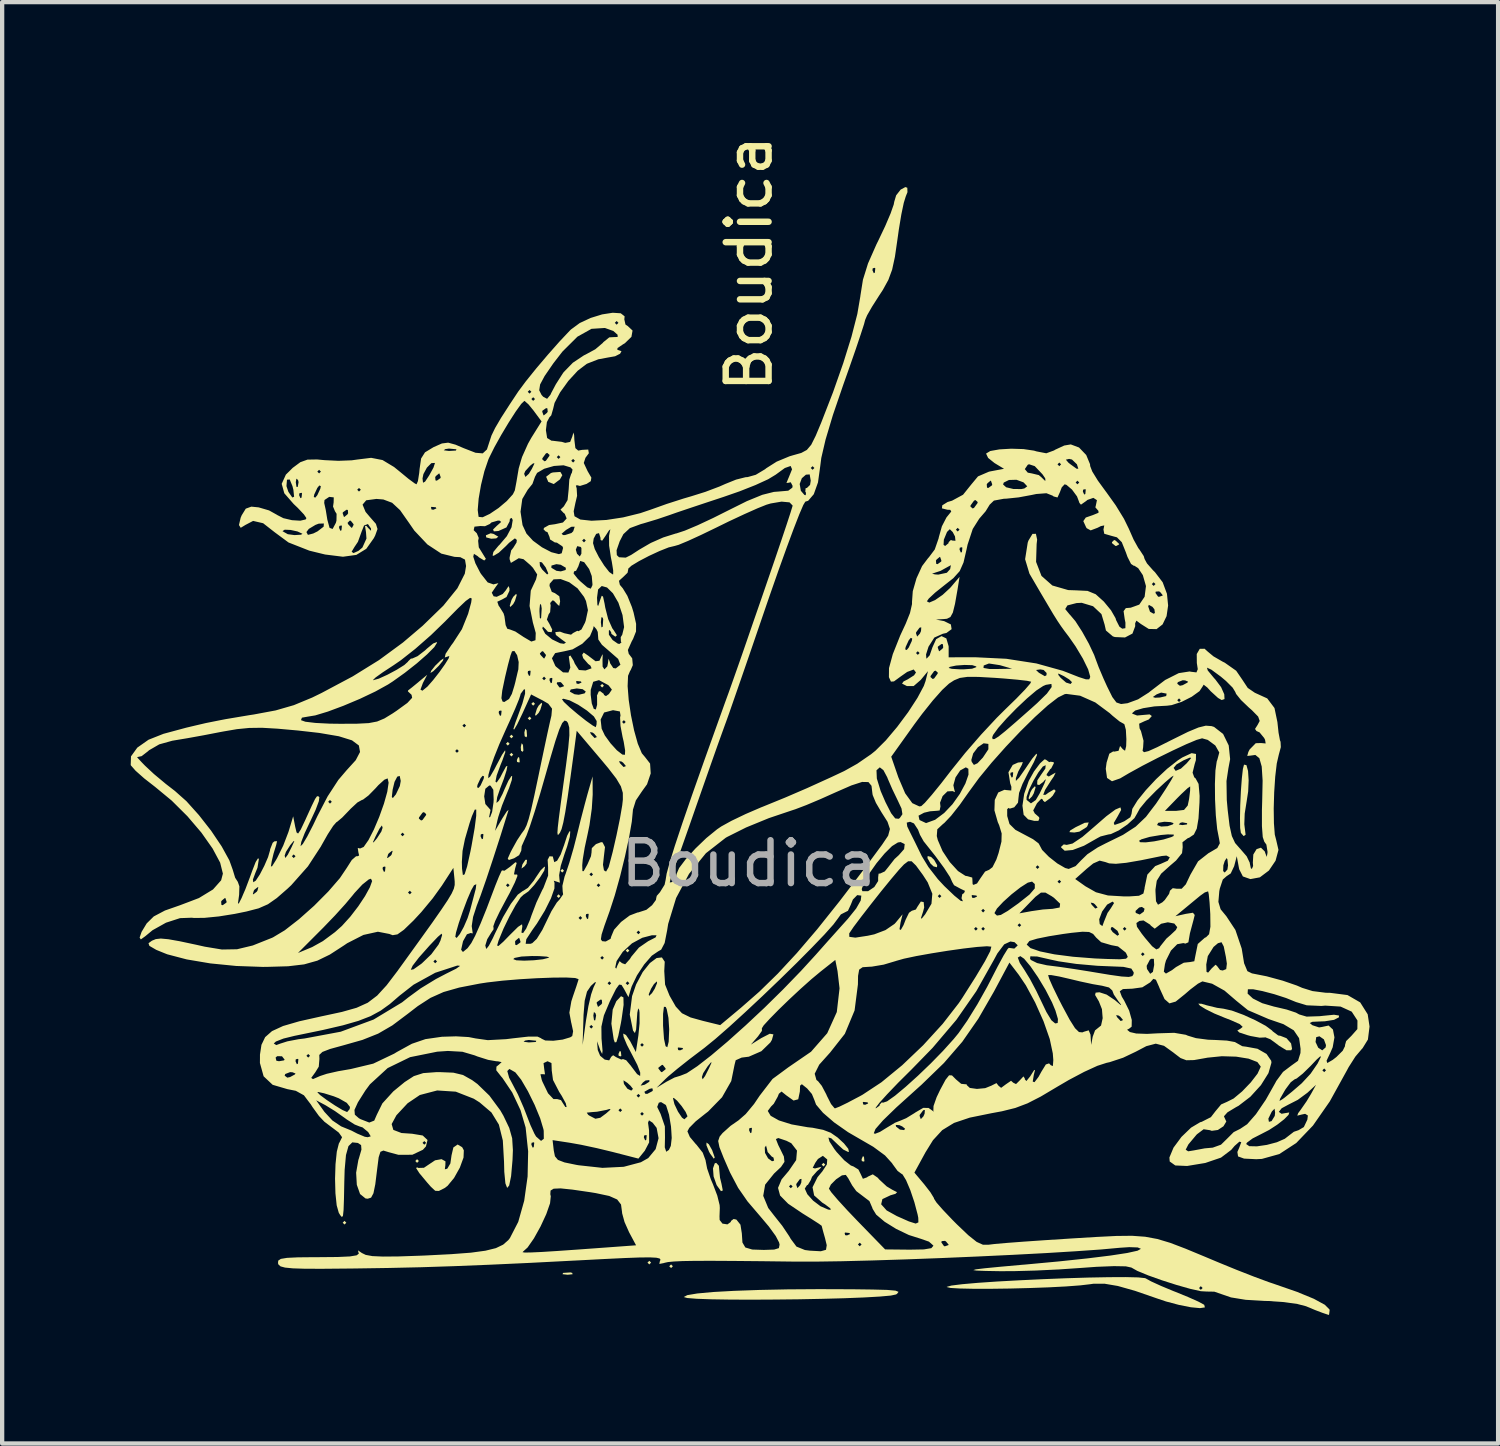
<source format=kicad_pcb>
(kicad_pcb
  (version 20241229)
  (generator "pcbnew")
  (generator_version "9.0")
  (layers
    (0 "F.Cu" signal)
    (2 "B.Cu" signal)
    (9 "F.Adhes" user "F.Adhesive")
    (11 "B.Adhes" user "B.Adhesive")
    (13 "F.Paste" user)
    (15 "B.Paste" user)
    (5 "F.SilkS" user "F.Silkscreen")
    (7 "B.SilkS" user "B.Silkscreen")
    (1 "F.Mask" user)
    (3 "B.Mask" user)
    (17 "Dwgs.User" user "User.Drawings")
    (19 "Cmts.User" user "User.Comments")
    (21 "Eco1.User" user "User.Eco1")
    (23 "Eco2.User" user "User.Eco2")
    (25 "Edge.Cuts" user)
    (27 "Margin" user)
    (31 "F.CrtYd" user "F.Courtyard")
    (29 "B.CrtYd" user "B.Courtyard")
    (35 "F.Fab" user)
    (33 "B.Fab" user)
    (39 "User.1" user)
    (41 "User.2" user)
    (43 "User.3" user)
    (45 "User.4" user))
  (footprint "Boudica"
    (layer "F.Cu")
    (at 14.429 14.601)
    (property "Reference" "Boudica" (at 0 -11.5 90) (unlocked yes) (layer "F.SilkS") (effects (font (size 1 1) (thickness 0.15))))
    (fp_poly (pts (xy -9.398 10.88) (xy -9.44 10.922) (xy -9.483 10.88) (xy -9.44 10.837)) (stroke (width 0) (type solid)) (fill yes) (layer "F.SilkS"))
    (fp_poly (pts (xy -7.705 9.44) (xy -7.747 9.483) (xy -7.789 9.44) (xy -7.747 9.398)) (stroke (width 0) (type solid)) (fill yes) (layer "F.SilkS"))
    (fp_poly (pts (xy -5.588 -0.296) (xy -5.63 -0.254) (xy -5.673 -0.296) (xy -5.63 -0.339)) (stroke (width 0) (type solid)) (fill yes) (layer "F.SilkS"))
    (fp_poly (pts (xy -5.503 -0.466) (xy -5.546 -0.423) (xy -5.588 -0.466) (xy -5.546 -0.508)) (stroke (width 0) (type solid)) (fill yes) (layer "F.SilkS"))
    (fp_poly (pts (xy -5.503 -0.042) (xy -5.546 0) (xy -5.588 -0.042) (xy -5.546 -0.085)) (stroke (width 0) (type solid)) (fill yes) (layer "F.SilkS"))
    (fp_poly (pts (xy -5.08 -0.889) (xy -5.122 -0.847) (xy -5.165 -0.889) (xy -5.122 -0.931)) (stroke (width 0) (type solid)) (fill yes) (layer "F.SilkS"))
    (fp_poly (pts (xy -4.995 -1.228) (xy -5.038 -1.185) (xy -5.08 -1.228) (xy -5.038 -1.27)) (stroke (width 0) (type solid)) (fill yes) (layer "F.SilkS"))
    (fp_poly (pts (xy -4.403 3.26) (xy -4.445 3.302) (xy -4.487 3.26) (xy -4.445 3.217)) (stroke (width 0) (type solid)) (fill yes) (layer "F.SilkS"))
    (fp_poly (pts (xy -4.318 2.667) (xy -4.36 2.709) (xy -4.403 2.667) (xy -4.36 2.625)) (stroke (width 0) (type solid)) (fill yes) (layer "F.SilkS"))
    (fp_poly (pts (xy -3.387 -1.651) (xy -3.429 -1.609) (xy -3.471 -1.651) (xy -3.429 -1.693)) (stroke (width 0) (type solid)) (fill yes) (layer "F.SilkS"))
    (fp_poly (pts (xy -2.794 4.53) (xy -2.836 4.572) (xy -2.879 4.53) (xy -2.836 4.487)) (stroke (width 0) (type solid)) (fill yes) (layer "F.SilkS"))
    (fp_poly (pts (xy -2.286 11.811) (xy -2.328 11.853) (xy -2.371 11.811) (xy -2.328 11.769)) (stroke (width 0) (type solid)) (fill yes) (layer "F.SilkS"))
    (fp_poly (pts (xy -1.778 11.896) (xy -1.82 11.938) (xy -1.863 11.896) (xy -1.82 11.853)) (stroke (width 0) (type solid)) (fill yes) (layer "F.SilkS"))
    (fp_poly (pts (xy 1.778 9.525) (xy 1.736 9.567) (xy 1.693 9.525) (xy 1.736 9.483)) (stroke (width 0) (type solid)) (fill yes) (layer "F.SilkS"))
    (fp_poly (pts (xy -5.362 0.028) (xy -5.352 0.129) (xy -5.362 0.141) (xy -5.413 0.129) (xy -5.419 0.085) (xy -5.388 0.015)) (stroke (width 0) (type solid)) (fill yes) (layer "F.SilkS"))
    (fp_poly (pts (xy -5.276 -0.27) (xy -5.266 -0.138) (xy -5.283 -0.108) (xy -5.321 -0.133) (xy -5.327 -0.219) (xy -5.307 -0.309)) (stroke (width 0) (type solid)) (fill yes) (layer "F.SilkS"))
    (fp_poly (pts (xy -5.191 -0.609) (xy -5.181 -0.476) (xy -5.198 -0.446) (xy -5.237 -0.472) (xy -5.243 -0.557) (xy -5.222 -0.648)) (stroke (width 0) (type solid)) (fill yes) (layer "F.SilkS"))
    (fp_poly (pts (xy -4.128 12.051) (xy -4.117 12.082) (xy -4.233 12.094) (xy -4.354 12.081) (xy -4.339 12.051) (xy -4.166 12.04)) (stroke (width 0) (type solid)) (fill yes) (layer "F.SilkS"))
    (fp_poly (pts (xy -2.992 6.886) (xy -2.981 6.987) (xy -2.992 6.999) (xy -3.042 6.987) (xy -3.048 6.943) (xy -3.017 6.873)) (stroke (width 0) (type solid)) (fill yes) (layer "F.SilkS"))
    (fp_poly (pts (xy 2.681 9.342) (xy 2.691 9.442) (xy 2.681 9.454) (xy 2.631 9.443) (xy 2.625 9.398) (xy 2.656 9.328)) (stroke (width 0) (type solid)) (fill yes) (layer "F.SilkS"))
    (fp_poly (pts (xy -5.966 -5.194) (xy -5.851 -5.128) (xy -5.9 -5.088) (xy -6.016 -5.08) (xy -6.134 -5.111) (xy -6.141 -5.161) (xy -6.03 -5.207)) (stroke (width 0) (type solid)) (fill yes) (layer "F.SilkS"))
    (fp_poly (pts (xy -5.191 2.5) (xy -5.239 2.563) (xy -5.31 2.616) (xy -5.292 2.531) (xy -5.286 2.515) (xy -5.219 2.412) (xy -5.181 2.411)) (stroke (width 0) (type solid)) (fill yes) (layer "F.SilkS"))
    (fp_poly (pts (xy -7.145 -2.233) (xy -7.239 -2.117) (xy -7.366 -1.991) (xy -7.435 -1.947) (xy -7.417 -2) (xy -7.324 -2.117) (xy -7.196 -2.242) (xy -7.128 -2.286)) (stroke (width 0) (type solid)) (fill yes) (layer "F.SilkS"))
    (fp_poly (pts (xy -5.421 -3.768) (xy -5.463 -3.629) (xy -5.503 -3.556) (xy -5.57 -3.488) (xy -5.585 -3.514) (xy -5.543 -3.653) (xy -5.503 -3.725) (xy -5.436 -3.793)) (stroke (width 0) (type solid)) (fill yes) (layer "F.SilkS"))
    (fp_poly (pts (xy -4.829 -1.228) (xy -4.871 -1.089) (xy -4.911 -1.016) (xy -4.978 -0.948) (xy -4.993 -0.974) (xy -4.951 -1.113) (xy -4.911 -1.185) (xy -4.844 -1.253)) (stroke (width 0) (type solid)) (fill yes) (layer "F.SilkS"))
    (fp_poly (pts (xy -4.358 -6.562) (xy -4.414 -6.464) (xy -4.558 -6.356) (xy -4.685 -6.406) (xy -4.736 -6.526) (xy -4.623 -6.613) (xy -4.577 -6.627) (xy -4.403 -6.639)) (stroke (width 0) (type solid)) (fill yes) (layer "F.SilkS"))
    (fp_poly (pts (xy -0.939 9.049) (xy -0.862 9.186) (xy -0.801 9.358) (xy -0.823 9.386) (xy -0.912 9.263) (xy -0.935 9.221) (xy -0.995 9.072) (xy -0.994 9.009)) (stroke (width 0) (type solid)) (fill yes) (layer "F.SilkS"))
    (fp_poly (pts (xy 4.246 2.344) (xy 4.318 2.413) (xy 4.389 2.537) (xy 4.384 2.586) (xy 4.305 2.566) (xy 4.233 2.498) (xy 4.163 2.373) (xy 4.167 2.324)) (stroke (width 0) (type solid)) (fill yes) (layer "F.SilkS"))
    (fp_poly (pts (xy 6.686 0.72) (xy 6.644 0.859) (xy 6.604 0.931) (xy 6.537 0.999) (xy 6.522 0.974) (xy 6.564 0.835) (xy 6.604 0.762) (xy 6.671 0.694)) (stroke (width 0) (type solid)) (fill yes) (layer "F.SilkS"))
    (fp_poly (pts (xy 8.551 -5.038) (xy 8.632 -4.962) (xy 8.636 -4.948) (xy 8.57 -4.912) (xy 8.551 -4.911) (xy 8.47 -4.976) (xy 8.467 -5) (xy 8.519 -5.051)) (stroke (width 0) (type solid)) (fill yes) (layer "F.SilkS"))
    (fp_poly (pts (xy 7.895 1.624) (xy 7.874 1.651) (xy 7.707 1.755) (xy 7.588 1.775) (xy 7.474 1.766) (xy 7.495 1.726) (xy 7.62 1.651) (xy 7.829 1.549) (xy 7.925 1.54)) (stroke (width 0) (type solid)) (fill yes) (layer "F.SilkS"))
    (fp_poly (pts (xy -2.932 5.622) (xy -2.928 5.799) (xy -2.975 6.132) (xy -2.992 6.228) (xy -3.052 6.522) (xy -3.096 6.665) (xy -3.133 6.673) (xy -3.158 6.604) (xy -3.213 6.235) (xy -3.182 5.906) (xy -3.097 5.71) (xy -2.988 5.594)) (stroke (width 0) (type solid)) (fill yes) (layer "F.SilkS"))
    (fp_poly (pts (xy -0.704 9.552) (xy -0.697 9.631) (xy -0.678 9.831) (xy -0.644 9.97) (xy -0.613 10.128) (xy -0.656 10.143) (xy -0.753 10.008) (xy -0.759 9.996) (xy -0.828 9.8) (xy -0.842 9.612) (xy -0.801 9.495) (xy -0.767 9.483)) (stroke (width 0) (type solid)) (fill yes) (layer "F.SilkS"))
    (fp_poly (pts (xy 11.606 0.203) (xy 11.643 0.34) (xy 11.657 0.559) (xy 11.646 0.816) (xy 11.611 1.046) (xy 11.565 1.334) (xy 11.556 1.582) (xy 11.567 1.672) (xy 11.586 1.827) (xy 11.54 1.858) (xy 11.476 1.784) (xy 11.459 1.67) (xy 11.455 1.438) (xy 11.461 1.136) (xy 11.476 0.812) (xy 11.498 0.515) (xy 11.523 0.292) (xy 11.549 0.191)) (stroke (width 0) (type solid)) (fill yes) (layer "F.SilkS"))
    (fp_poly (pts (xy -6.694 9.119) (xy -6.656 9.191) (xy -6.663 9.36) (xy -6.749 9.595) (xy -6.884 9.836) (xy -7.037 10.021) (xy -7.107 10.073) (xy -7.239 10.139) (xy -7.324 10.135) (xy -7.427 10.039) (xy -7.512 9.942) (xy -7.695 9.722) (xy -7.772 9.601) (xy -7.739 9.589) (xy -7.717 9.602) (xy -7.587 9.598) (xy -7.486 9.53) (xy -7.327 9.424) (xy -7.176 9.397) (xy -7.084 9.448) (xy -7.087 9.539) (xy -7.099 9.634) (xy -7.042 9.619) (xy -6.97 9.497) (xy -6.943 9.308) (xy -6.9 9.124) (xy -6.801 9.055)) (stroke (width 0) (type solid)) (fill yes) (layer "F.SilkS"))
    (fp_poly (pts (xy 2.424 12.433) (xy 2.879 12.439) (xy 3.222 12.448) (xy 3.417 12.465) (xy 3.487 12.493) (xy 3.454 12.538) (xy 3.429 12.554) (xy 3.308 12.58) (xy 3.05 12.603) (xy 2.681 12.624) (xy 2.226 12.642) (xy 1.71 12.656) (xy 1.16 12.667) (xy 0.6 12.673) (xy 0.057 12.676) (xy -0.445 12.674) (xy -0.879 12.667) (xy -1.221 12.655) (xy -1.444 12.637) (xy -1.524 12.614) (xy -1.442 12.57) (xy -1.208 12.531) (xy -0.84 12.497) (xy -0.353 12.47) (xy 0.233 12.449) (xy 0.903 12.435) (xy 1.639 12.43)) (stroke (width 0) (type solid)) (fill yes) (layer "F.SilkS"))
    (fp_poly (pts (xy 10.554 5.77) (xy 10.679 5.807) (xy 10.921 5.866) (xy 11.07 5.886) (xy 11.265 5.93) (xy 11.532 6.028) (xy 11.814 6.156) (xy 12.056 6.286) (xy 12.204 6.396) (xy 12.217 6.413) (xy 12.346 6.51) (xy 12.398 6.519) (xy 12.54 6.574) (xy 12.647 6.696) (xy 12.67 6.822) (xy 12.65 6.856) (xy 12.539 6.856) (xy 12.363 6.748) (xy 12.334 6.724) (xy 12.163 6.599) (xy 12.044 6.553) (xy 12.03 6.557) (xy 11.914 6.562) (xy 11.705 6.524) (xy 11.634 6.505) (xy 11.439 6.441) (xy 11.393 6.395) (xy 11.465 6.354) (xy 11.518 6.31) (xy 11.451 6.247) (xy 11.245 6.155) (xy 11.103 6.1) (xy 10.856 5.998) (xy 10.655 5.898) (xy 10.523 5.817) (xy 10.482 5.769)) (stroke (width 0) (type solid)) (fill yes) (layer "F.SilkS"))
    (fp_poly (pts (xy 9.079 12.156) (xy 9.239 12.173) (xy 9.258 12.181) (xy 9.381 12.249) (xy 9.615 12.356) (xy 9.911 12.479) (xy 9.948 12.493) (xy 10.246 12.615) (xy 10.484 12.721) (xy 10.615 12.792) (xy 10.621 12.797) (xy 10.636 12.856) (xy 10.521 12.873) (xy 10.31 12.853) (xy 10.035 12.799) (xy 9.73 12.718) (xy 9.525 12.649) (xy 9.004 12.469) (xy 8.604 12.356) (xy 8.292 12.303) (xy 8.035 12.304) (xy 7.959 12.315) (xy 7.728 12.342) (xy 7.395 12.367) (xy 6.991 12.388) (xy 6.544 12.404) (xy 6.084 12.416) (xy 5.64 12.422) (xy 5.242 12.422) (xy 4.918 12.415) (xy 4.699 12.402) (xy 4.613 12.381) (xy 4.614 12.376) (xy 4.722 12.346) (xy 4.972 12.315) (xy 5.337 12.283) (xy 5.788 12.252) (xy 6.299 12.224) (xy 6.842 12.198) (xy 7.39 12.176) (xy 7.915 12.16) (xy 8.39 12.151) (xy 8.787 12.149)) (stroke (width 0) (type solid)) (fill yes) (layer "F.SilkS"))
    (fp_poly (pts (xy 6.925 0.075) (xy 7.004 0.133) (xy 7.035 0.123) (xy 7.107 0.133) (xy 7.112 0.159) (xy 7.05 0.279) (xy 7.027 0.296) (xy 6.946 0.413) (xy 6.943 0.439) (xy 6.994 0.469) (xy 7.088 0.413) (xy 7.153 0.378) (xy 7.111 0.467) (xy 7.045 0.563) (xy 6.907 0.781) (xy 6.864 0.896) (xy 6.919 0.895) (xy 6.987 0.845) (xy 7.118 0.768) (xy 7.154 0.803) (xy 7.085 0.916) (xy 7.028 0.973) (xy 6.902 1.065) (xy 6.859 1.029) (xy 6.858 1.01) (xy 6.819 0.986) (xy 6.724 1.086) (xy 6.715 1.098) (xy 6.63 1.26) (xy 6.669 1.334) (xy 6.673 1.335) (xy 6.767 1.418) (xy 6.773 1.446) (xy 6.751 1.504) (xy 6.653 1.503) (xy 6.511 1.468) (xy 6.407 1.362) (xy 6.379 1.149) (xy 6.409 0.944) (xy 6.475 0.944) (xy 6.475 1.013) (xy 6.577 1.095) (xy 6.689 1.018) (xy 6.778 0.868) (xy 6.89 0.635) (xy 6.928 0.53) (xy 6.89 0.561) (xy 6.869 0.59) (xy 6.769 0.667) (xy 6.722 0.654) (xy 6.727 0.556) (xy 6.816 0.423) (xy 6.913 0.283) (xy 6.921 0.204) (xy 6.854 0.236) (xy 6.749 0.374) (xy 6.633 0.571) (xy 6.532 0.777) (xy 6.475 0.944) (xy 6.409 0.944) (xy 6.42 0.871) (xy 6.526 0.57) (xy 6.648 0.35) (xy 6.789 0.162) (xy 6.892 0.068)) (stroke (width 0) (type solid)) (fill yes) (layer "F.SilkS"))
    (fp_poly (pts (xy 3.692 -13.27) (xy 3.696 -13.167) (xy 3.656 -13.067) (xy 3.61 -12.919) (xy 3.553 -12.648) (xy 3.495 -12.298) (xy 3.463 -12.071) (xy 3.403 -11.657) (xy 3.338 -11.358) (xy 3.25 -11.12) (xy 3.122 -10.887) (xy 3.031 -10.748) (xy 2.869 -10.494) (xy 2.754 -10.293) (xy 2.709 -10.187) (xy 2.709 -10.187) (xy 2.682 -10.085) (xy 2.606 -9.851) (xy 2.492 -9.511) (xy 2.347 -9.094) (xy 2.198 -8.673) (xy 1.956 -7.966) (xy 1.785 -7.394) (xy 1.685 -6.965) (xy 1.659 -6.761) (xy 1.608 -6.394) (xy 1.51 -6.119) (xy 1.379 -5.966) (xy 1.312 -5.945) (xy 1.265 -5.867) (xy 1.171 -5.648) (xy 1.039 -5.308) (xy 0.875 -4.866) (xy 0.687 -4.343) (xy 0.482 -3.757) (xy 0.408 -3.542) (xy 0.194 -2.917) (xy -0.008 -2.327) (xy -0.192 -1.795) (xy -0.348 -1.346) (xy -0.467 -1.003) (xy -0.543 -0.791) (xy -0.554 -0.762) (xy -0.627 -0.56) (xy -0.745 -0.232) (xy -0.894 0.19) (xy -1.063 0.672) (xy -1.228 1.143) (xy -1.398 1.631) (xy -1.553 2.071) (xy -1.683 2.436) (xy -1.776 2.698) (xy -1.825 2.828) (xy -1.825 2.829) (xy -1.851 2.941) (xy -1.792 2.93) (xy -1.701 2.798) (xy -1.693 2.745) (xy -1.633 2.604) (xy -1.474 2.393) (xy -1.251 2.148) (xy -0.998 1.905) (xy -0.748 1.701) (xy -0.65 1.634) (xy -0.411 1.502) (xy -0.079 1.343) (xy 0.278 1.189) (xy 0.324 1.171) (xy 0.846 0.958) (xy 1.354 0.739) (xy 1.913 0.485) (xy 2.213 0.344) (xy 2.252 0.323) (xy 2.973 0.323) (xy 2.981 0.514) (xy 3.071 0.808) (xy 3.183 1.067) (xy 3.315 1.325) (xy 3.41 1.446) (xy 3.49 1.455) (xy 3.517 1.437) (xy 3.555 1.382) (xy 3.954 1.382) (xy 3.974 1.475) (xy 3.984 1.487) (xy 4.13 1.555) (xy 4.341 1.478) (xy 4.553 1.319) (xy 4.747 1.114) (xy 4.918 0.873) (xy 5.048 0.631) (xy 5.12 0.424) (xy 5.117 0.288) (xy 5.058 0.254) (xy 4.927 0.326) (xy 4.817 0.49) (xy 4.767 0.672) (xy 4.787 0.767) (xy 4.805 0.833) (xy 4.749 0.809) (xy 4.629 0.815) (xy 4.516 0.925) (xy 4.456 1.079) (xy 4.466 1.167) (xy 4.447 1.26) (xy 4.393 1.267) (xy 4.222 1.28) (xy 4.083 1.313) (xy 3.954 1.382) (xy 3.555 1.382) (xy 3.578 1.348) (xy 3.557 1.215) (xy 3.471 1.031) (xy 3.343 0.766) (xy 3.236 0.519) (xy 3.224 0.487) (xy 3.135 0.32) (xy 3.05 0.254) (xy 2.973 0.323) (xy 2.252 0.323) (xy 2.525 0.17) (xy 2.763 0.006) (xy 3.317 0.006) (xy 3.484 0.49) (xy 3.642 0.86) (xy 3.809 1.09) (xy 3.973 1.166) (xy 4.018 1.159) (xy 4.101 1.083) (xy 4.262 0.899) (xy 4.477 0.635) (xy 4.719 0.322) (xy 4.912 0.082) (xy 5.186 0.082) (xy 5.195 0.125) (xy 5.246 0.198) (xy 5.33 0.159) (xy 5.455 0.027) (xy 5.584 -0.167) (xy 5.584 -0.29) (xy 5.581 -0.293) (xy 5.473 -0.307) (xy 5.34 -0.216) (xy 5.229 -0.07) (xy 5.186 0.082) (xy 4.912 0.082) (xy 5.042 -0.08) (xy 5.359 -0.446) (xy 5.673 -0.446) (xy 5.683 -0.404) (xy 5.727 -0.406) (xy 5.82 -0.464) (xy 5.981 -0.593) (xy 6.227 -0.805) (xy 6.575 -1.112) (xy 6.722 -1.244) (xy 6.949 -1.466) (xy 7.061 -1.62) (xy 7.055 -1.692) (xy 6.926 -1.671) (xy 6.861 -1.643) (xy 6.703 -1.539) (xy 6.486 -1.355) (xy 6.242 -1.125) (xy 6.007 -0.884) (xy 5.813 -0.665) (xy 5.694 -0.502) (xy 5.673 -0.446) (xy 5.359 -0.446) (xy 5.414 -0.509) (xy 5.779 -0.901) (xy 5.975 -1.096) (xy 6.236 -1.35) (xy 6.439 -1.56) (xy 6.56 -1.7) (xy 6.582 -1.744) (xy 6.487 -1.765) (xy 6.261 -1.791) (xy 5.945 -1.819) (xy 5.737 -1.834) (xy 5.353 -1.856) (xy 5.095 -1.857) (xy 4.919 -1.832) (xy 4.783 -1.776) (xy 4.666 -1.7) (xy 4.507 -1.553) (xy 4.287 -1.305) (xy 4.038 -0.993) (xy 3.86 -0.754) (xy 3.317 0.006) (xy 2.763 0.006) (xy 2.845 -0.05) (xy 2.949 -0.134) (xy 3.19 -0.374) (xy 3.455 -0.688) (xy 3.712 -1.033) (xy 3.929 -1.367) (xy 4.078 -1.646) (xy 4.118 -1.76) (xy 4.141 -1.853) (xy 4.233 -1.853) (xy 4.285 -1.807) (xy 4.318 -1.82) (xy 4.4 -1.932) (xy 4.403 -1.957) (xy 4.351 -2.003) (xy 4.318 -1.99) (xy 4.236 -1.878) (xy 4.233 -1.853) (xy 4.141 -1.853) (xy 4.174 -1.99) (xy 4.005 -1.785) (xy 3.841 -1.643) (xy 3.682 -1.643) (xy 3.675 -1.646) (xy 3.569 -1.7) (xy 3.606 -1.751) (xy 3.704 -1.8) (xy 3.85 -1.893) (xy 3.895 -1.96) (xy 3.851 -2.017) (xy 6.696 -2.017) (xy 6.757 -1.958) (xy 6.773 -1.947) (xy 6.901 -1.873) (xy 6.94 -1.895) (xy 6.94 -1.903) (xy 7.216 -1.903) (xy 7.271 -1.834) (xy 7.397 -1.724) (xy 7.503 -1.691) (xy 7.535 -1.733) (xy 7.47 -1.797) (xy 7.345 -1.874) (xy 7.216 -1.936) (xy 7.216 -1.903) (xy 6.94 -1.903) (xy 6.943 -1.947) (xy 6.873 -2.018) (xy 6.795 -2.031) (xy 6.696 -2.017) (xy 3.851 -2.017) (xy 3.841 -2.029) (xy 3.689 -1.972) (xy 3.531 -1.861) (xy 3.381 -1.751) (xy 3.31 -1.746) (xy 3.266 -1.843) (xy 3.263 -1.852) (xy 3.265 -2.059) (xy 3.266 -2.065) (xy 4.657 -2.065) (xy 4.732 -2.044) (xy 4.92 -2.033) (xy 5 -2.032) (xy 5.203 -2.047) (xy 5.252 -2.065) (xy 5.47 -2.065) (xy 5.613 -2.04) (xy 5.762 -2.04) (xy 6.138 -2.047) (xy 5.852 -2.13) (xy 5.597 -2.169) (xy 5.475 -2.122) (xy 5.47 -2.065) (xy 5.252 -2.065) (xy 5.301 -2.083) (xy 5.302 -2.1) (xy 5.208 -2.13) (xy 5.028 -2.135) (xy 4.831 -2.121) (xy 4.687 -2.091) (xy 4.657 -2.065) (xy 3.266 -2.065) (xy 3.354 -2.388) (xy 3.364 -2.413) (xy 3.895 -2.413) (xy 3.937 -2.371) (xy 3.948 -2.381) (xy 4.13 -2.381) (xy 4.136 -2.289) (xy 4.146 -2.286) (xy 4.214 -2.359) (xy 4.275 -2.535) (xy 4.276 -2.54) (xy 4.403 -2.54) (xy 4.432 -2.458) (xy 4.44 -2.455) (xy 4.512 -2.515) (xy 4.53 -2.54) (xy 4.523 -2.618) (xy 4.492 -2.625) (xy 4.406 -2.563) (xy 4.403 -2.54) (xy 4.276 -2.54) (xy 4.365 -2.736) (xy 4.49 -2.808) (xy 4.603 -2.754) (xy 4.656 -2.574) (xy 4.657 -2.554) (xy 4.657 -2.313) (xy 5.271 -2.315) (xy 6.004 -2.279) (xy 6.705 -2.17) (xy 7.316 -2) (xy 7.408 -1.965) (xy 7.696 -1.852) (xy 7.861 -1.799) (xy 7.937 -1.8) (xy 7.958 -1.848) (xy 7.959 -1.867) (xy 7.912 -2.032) (xy 7.789 -2.283) (xy 7.618 -2.569) (xy 7.462 -2.793) (xy 7.361 -2.926) (xy 7.279 -3.04) (xy 7.197 -3.162) (xy 7.098 -3.32) (xy 6.966 -3.543) (xy 6.781 -3.856) (xy 6.542 -4.266) (xy 6.441 -4.602) (xy 6.502 -4.989) (xy 6.519 -5.037) (xy 6.613 -5.193) (xy 6.693 -5.195) (xy 6.722 -5.059) (xy 6.71 -4.956) (xy 6.697 -4.54) (xy 6.823 -4.213) (xy 7.077 -3.989) (xy 7.447 -3.882) (xy 7.627 -3.876) (xy 7.898 -3.863) (xy 8.088 -3.785) (xy 8.278 -3.614) (xy 8.445 -3.411) (xy 8.551 -3.227) (xy 8.564 -3.182) (xy 8.642 -3.028) (xy 8.708 -2.981) (xy 8.781 -2.993) (xy 8.782 -3.122) (xy 8.765 -3.207) (xy 8.739 -3.39) (xy 8.791 -3.461) (xy 8.905 -3.471) (xy 8.992 -3.502) (xy 9.313 -3.502) (xy 9.355 -3.378) (xy 9.439 -3.33) (xy 9.47 -3.346) (xy 9.458 -3.433) (xy 9.414 -3.49) (xy 9.328 -3.537) (xy 9.313 -3.502) (xy 8.992 -3.502) (xy 9.105 -3.543) (xy 9.23 -3.727) (xy 9.241 -3.815) (xy 9.483 -3.815) (xy 9.544 -3.729) (xy 9.567 -3.725) (xy 9.65 -3.754) (xy 9.652 -3.763) (xy 9.593 -3.835) (xy 9.567 -3.852) (xy 9.489 -3.846) (xy 9.483 -3.815) (xy 9.241 -3.815) (xy 9.261 -3.975) (xy 9.248 -4.022) (xy 9.398 -4.022) (xy 9.44 -3.979) (xy 9.483 -4.022) (xy 9.44 -4.064) (xy 9.398 -4.022) (xy 9.248 -4.022) (xy 9.188 -4.231) (xy 9.08 -4.393) (xy 8.99 -4.451) (xy 8.979 -4.448) (xy 8.913 -4.492) (xy 8.83 -4.656) (xy 8.792 -4.762) (xy 8.697 -4.999) (xy 8.584 -5.113) (xy 8.45 -5.149) (xy 8.288 -5.196) (xy 8.269 -5.297) (xy 8.272 -5.307) (xy 8.288 -5.391) (xy 8.209 -5.375) (xy 8.13 -5.335) (xy 7.971 -5.275) (xy 7.879 -5.325) (xy 7.865 -5.346) (xy 7.799 -5.491) (xy 7.857 -5.575) (xy 8.022 -5.632) (xy 8.154 -5.686) (xy 8.152 -5.731) (xy 8.149 -5.733) (xy 8.08 -5.813) (xy 8.09 -5.849) (xy 8.117 -5.98) (xy 8.034 -6.034) (xy 7.896 -5.986) (xy 7.866 -5.961) (xy 7.744 -5.875) (xy 7.705 -5.92) (xy 7.705 -5.928) (xy 7.652 -6.068) (xy 7.569 -6.181) (xy 7.789 -6.181) (xy 7.82 -6.111) (xy 7.846 -6.124) (xy 7.856 -6.225) (xy 7.846 -6.237) (xy 7.795 -6.225) (xy 7.789 -6.181) (xy 7.569 -6.181) (xy 7.534 -6.228) (xy 7.406 -6.337) (xy 7.363 -6.35) (xy 7.296 -6.279) (xy 7.253 -6.167) (xy 7.197 -6.043) (xy 7.106 -6.067) (xy 7.083 -6.085) (xy 6.939 -6.142) (xy 6.703 -6.124) (xy 6.592 -6.101) (xy 6.29 -6.045) (xy 6.002 -6.015) (xy 5.945 -6.013) (xy 5.713 -5.97) (xy 5.615 -5.876) (xy 5.52 -5.721) (xy 5.37 -5.547) (xy 5.219 -5.308) (xy 5.098 -4.941) (xy 5.074 -4.828) (xy 5.004 -4.526) (xy 4.915 -4.325) (xy 4.767 -4.16) (xy 4.559 -3.996) (xy 4.342 -3.823) (xy 4.193 -3.684) (xy 4.149 -3.62) (xy 4.204 -3.59) (xy 4.341 -3.649) (xy 4.517 -3.771) (xy 4.689 -3.93) (xy 4.721 -3.966) (xy 4.912 -4.191) (xy 4.864 -3.895) (xy 4.805 -3.559) (xy 4.755 -3.357) (xy 4.698 -3.253) (xy 4.618 -3.213) (xy 4.549 -3.206) (xy 4.36 -3.194) (xy 4.551 -3.158) (xy 4.709 -3.08) (xy 4.726 -2.97) (xy 4.605 -2.881) (xy 4.522 -2.863) (xy 4.323 -2.774) (xy 4.187 -2.561) (xy 4.13 -2.381) (xy 3.948 -2.381) (xy 3.979 -2.413) (xy 3.937 -2.455) (xy 3.895 -2.413) (xy 3.364 -2.413) (xy 3.398 -2.498) (xy 3.643 -2.498) (xy 3.678 -2.483) (xy 3.725 -2.54) (xy 3.797 -2.694) (xy 3.807 -2.752) (xy 3.772 -2.767) (xy 3.725 -2.709) (xy 3.654 -2.555) (xy 3.643 -2.498) (xy 3.398 -2.498) (xy 3.526 -2.82) (xy 3.551 -2.874) (xy 3.895 -2.874) (xy 3.922 -2.797) (xy 3.984 -2.864) (xy 4.012 -2.925) (xy 4.018 -3.013) (xy 3.978 -3.005) (xy 3.898 -2.897) (xy 3.895 -2.874) (xy 3.551 -2.874) (xy 3.656 -3.1) (xy 3.755 -3.347) (xy 3.802 -3.555) (xy 3.802 -3.608) (xy 3.82 -3.856) (xy 3.907 -4.158) (xy 3.956 -4.264) (xy 4.27 -4.264) (xy 4.338 -4.248) (xy 4.415 -4.243) (xy 4.615 -4.286) (xy 4.692 -4.372) (xy 4.709 -4.463) (xy 4.637 -4.424) (xy 4.465 -4.329) (xy 4.36 -4.295) (xy 4.27 -4.264) (xy 3.956 -4.264) (xy 4.037 -4.442) (xy 4.135 -4.572) (xy 4.36 -4.572) (xy 4.367 -4.494) (xy 4.398 -4.487) (xy 4.484 -4.549) (xy 4.487 -4.572) (xy 4.458 -4.654) (xy 4.45 -4.657) (xy 4.378 -4.597) (xy 4.36 -4.572) (xy 4.135 -4.572) (xy 4.183 -4.635) (xy 4.192 -4.642) (xy 4.33 -4.826) (xy 4.911 -4.826) (xy 4.942 -4.756) (xy 4.967 -4.77) (xy 4.977 -4.87) (xy 4.967 -4.882) (xy 4.917 -4.871) (xy 4.911 -4.826) (xy 4.33 -4.826) (xy 4.332 -4.828) (xy 4.37 -4.937) (xy 4.538 -4.937) (xy 4.575 -4.911) (xy 4.654 -4.976) (xy 4.657 -5) (xy 4.709 -5.051) (xy 4.741 -5.038) (xy 4.816 -5.032) (xy 4.805 -5.134) (xy 4.751 -5.237) (xy 4.694 -5.292) (xy 4.826 -5.292) (xy 4.868 -5.249) (xy 4.911 -5.292) (xy 4.868 -5.334) (xy 4.826 -5.292) (xy 4.694 -5.292) (xy 4.683 -5.302) (xy 4.619 -5.239) (xy 4.545 -5.059) (xy 4.538 -4.937) (xy 4.37 -4.937) (xy 4.423 -5.09) (xy 4.427 -5.113) (xy 4.499 -5.37) (xy 4.606 -5.577) (xy 4.624 -5.599) (xy 4.718 -5.715) (xy 4.695 -5.754) (xy 4.627 -5.757) (xy 4.5 -5.789) (xy 4.505 -5.832) (xy 5.165 -5.832) (xy 5.217 -5.786) (xy 5.249 -5.8) (xy 5.331 -5.912) (xy 5.334 -5.937) (xy 5.282 -5.983) (xy 5.249 -5.969) (xy 5.168 -5.857) (xy 5.165 -5.832) (xy 4.505 -5.832) (xy 4.508 -5.86) (xy 4.632 -5.937) (xy 4.736 -5.968) (xy 4.993 -6.107) (xy 5.154 -6.308) (xy 5.188 -6.35) (xy 5.546 -6.35) (xy 5.552 -6.272) (xy 5.583 -6.265) (xy 5.669 -6.327) (xy 5.672 -6.346) (xy 5.927 -6.346) (xy 5.999 -6.281) (xy 6.166 -6.241) (xy 6.354 -6.239) (xy 6.425 -6.254) (xy 6.491 -6.303) (xy 6.413 -6.387) (xy 6.407 -6.392) (xy 7.62 -6.392) (xy 7.662 -6.35) (xy 7.705 -6.392) (xy 7.662 -6.435) (xy 7.62 -6.392) (xy 6.407 -6.392) (xy 6.4 -6.397) (xy 6.24 -6.456) (xy 6.064 -6.451) (xy 5.943 -6.391) (xy 5.927 -6.346) (xy 5.672 -6.346) (xy 5.673 -6.35) (xy 5.644 -6.432) (xy 5.635 -6.435) (xy 5.563 -6.375) (xy 5.546 -6.35) (xy 5.188 -6.35) (xy 5.342 -6.535) (xy 5.598 -6.645) (xy 5.636 -6.653) (xy 5.911 -6.705) (xy 6.434 -6.705) (xy 6.503 -6.622) (xy 6.599 -6.604) (xy 6.761 -6.565) (xy 6.816 -6.519) (xy 6.899 -6.438) (xy 6.916 -6.435) (xy 6.91 -6.49) (xy 6.847 -6.583) (xy 6.666 -6.774) (xy 6.539 -6.816) (xy 7.197 -6.816) (xy 7.239 -6.773) (xy 7.281 -6.816) (xy 7.239 -6.858) (xy 7.197 -6.816) (xy 6.539 -6.816) (xy 6.532 -6.818) (xy 6.502 -6.805) (xy 6.434 -6.705) (xy 5.911 -6.705) (xy 5.949 -6.712) (xy 5.726 -6.847) (xy 5.629 -6.925) (xy 7.392 -6.925) (xy 7.453 -6.854) (xy 7.498 -6.818) (xy 7.642 -6.714) (xy 7.683 -6.713) (xy 7.651 -6.814) (xy 7.651 -6.816) (xy 7.535 -6.928) (xy 7.468 -6.943) (xy 7.392 -6.925) (xy 5.629 -6.925) (xy 5.578 -6.966) (xy 5.53 -7.067) (xy 5.531 -7.068) (xy 5.628 -7.127) (xy 5.842 -7.165) (xy 6.118 -7.181) (xy 6.404 -7.172) (xy 6.648 -7.136) (xy 6.708 -7.118) (xy 6.935 -7.074) (xy 7.118 -7.141) (xy 7.14 -7.156) (xy 7.354 -7.255) (xy 7.507 -7.281) (xy 7.699 -7.209) (xy 7.867 -7.034) (xy 7.956 -6.819) (xy 7.959 -6.776) (xy 8.008 -6.649) (xy 8.139 -6.436) (xy 8.324 -6.182) (xy 8.34 -6.161) (xy 8.556 -5.859) (xy 8.747 -5.547) (xy 8.861 -5.314) (xy 8.972 -5.062) (xy 9.082 -4.863) (xy 9.115 -4.819) (xy 9.209 -4.675) (xy 9.229 -4.607) (xy 9.285 -4.504) (xy 9.425 -4.345) (xy 9.471 -4.3) (xy 9.651 -4.064) (xy 9.751 -3.795) (xy 9.778 -3.522) (xy 9.742 -3.274) (xy 9.649 -3.081) (xy 9.508 -2.971) (xy 9.326 -2.975) (xy 9.144 -3.09) (xy 9.038 -3.169) (xy 9.009 -3.108) (xy 9.01 -3.038) (xy 8.946 -2.867) (xy 8.772 -2.776) (xy 8.537 -2.786) (xy 8.488 -2.802) (xy 8.327 -2.939) (xy 8.297 -3.073) (xy 8.222 -3.322) (xy 8.027 -3.505) (xy 7.762 -3.585) (xy 7.641 -3.579) (xy 7.428 -3.524) (xy 7.377 -3.439) (xy 7.48 -3.313) (xy 7.49 -3.304) (xy 7.614 -3.157) (xy 7.772 -2.912) (xy 7.929 -2.63) (xy 8.052 -2.368) (xy 8.09 -2.264) (xy 8.158 -2.082) (xy 8.27 -1.818) (xy 8.354 -1.633) (xy 8.477 -1.385) (xy 8.572 -1.259) (xy 8.68 -1.223) (xy 8.831 -1.242) (xy 9.022 -1.312) (xy 9.991 -1.312) (xy 10.033 -1.27) (xy 10.075 -1.312) (xy 10.033 -1.355) (xy 9.991 -1.312) (xy 9.022 -1.312) (xy 9.078 -1.333) (xy 9.163 -1.387) (xy 9.422 -1.387) (xy 9.474 -1.37) (xy 9.587 -1.375) (xy 9.733 -1.409) (xy 9.743 -1.466) (xy 9.615 -1.49) (xy 9.512 -1.45) (xy 9.422 -1.387) (xy 9.163 -1.387) (xy 9.327 -1.491) (xy 9.356 -1.515) (xy 9.593 -1.696) (xy 9.991 -1.696) (xy 10.053 -1.649) (xy 10.118 -1.663) (xy 10.229 -1.723) (xy 10.245 -1.745) (xy 10.176 -1.774) (xy 10.118 -1.778) (xy 10.005 -1.734) (xy 9.991 -1.696) (xy 9.593 -1.696) (xy 9.709 -1.784) (xy 10.026 -1.944) (xy 10.279 -1.983) (xy 10.314 -1.976) (xy 10.439 -1.961) (xy 10.47 -2.036) (xy 10.448 -2.181) (xy 10.446 -2.39) (xy 10.516 -2.511) (xy 10.629 -2.513) (xy 10.702 -2.447) (xy 10.837 -2.335) (xy 11.052 -2.211) (xy 11.099 -2.188) (xy 11.366 -2) (xy 11.508 -1.793) (xy 11.636 -1.599) (xy 11.797 -1.489) (xy 11.797 -1.488) (xy 12.091 -1.354) (xy 12.26 -1.13) (xy 12.328 -0.803) (xy 12.355 -0.554) (xy 12.388 -0.378) (xy 12.402 -0.341) (xy 12.408 -0.217) (xy 12.36 -0.038) (xy 12.313 0.165) (xy 12.277 0.473) (xy 12.253 0.838) (xy 12.242 1.216) (xy 12.247 1.559) (xy 12.267 1.823) (xy 12.301 1.955) (xy 12.353 2.181) (xy 12.285 2.433) (xy 12.13 2.662) (xy 11.919 2.821) (xy 11.698 2.862) (xy 11.522 2.8) (xy 11.437 2.633) (xy 11.427 2.582) (xy 11.38 2.328) (xy 11.319 2.561) (xy 11.239 2.73) (xy 11.143 2.794) (xy 11.054 2.872) (xy 10.984 3.083) (xy 10.972 3.146) (xy 10.951 3.394) (xy 11.003 3.566) (xy 11.137 3.729) (xy 11.348 4.049) (xy 11.495 4.483) (xy 11.551 4.826) (xy 11.628 5.01) (xy 11.734 5.062) (xy 12.077 5.13) (xy 12.452 5.232) (xy 12.78 5.345) (xy 12.907 5.4) (xy 13.148 5.475) (xy 13.454 5.514) (xy 13.559 5.516) (xy 13.964 5.568) (xy 14.26 5.739) (xy 14.435 6.017) (xy 14.478 6.302) (xy 14.44 6.606) (xy 14.315 6.809) (xy 14.3 6.824) (xy 14.148 7.003) (xy 13.99 7.251) (xy 13.951 7.324) (xy 13.55 8.05) (xy 13.158 8.613) (xy 12.768 9.02) (xy 12.373 9.278) (xy 11.967 9.391) (xy 11.834 9.398) (xy 11.55 9.384) (xy 11.41 9.333) (xy 11.394 9.229) (xy 11.436 9.133) (xy 11.469 9.044) (xy 11.599 9.044) (xy 11.671 9.094) (xy 11.849 9.098) (xy 12.082 9.064) (xy 12.317 9.002) (xy 12.501 8.921) (xy 12.555 8.879) (xy 12.712 8.758) (xy 12.821 8.721) (xy 12.945 8.648) (xy 13.027 8.475) (xy 13.039 8.378) (xy 12.975 8.339) (xy 12.89 8.357) (xy 12.792 8.382) (xy 12.812 8.324) (xy 12.869 8.248) (xy 13.01 8.045) (xy 13.113 7.874) (xy 13.23 7.662) (xy 13.029 7.847) (xy 12.804 8.013) (xy 12.594 8.12) (xy 12.428 8.209) (xy 12.361 8.293) (xy 12.425 8.338) (xy 12.509 8.323) (xy 12.605 8.307) (xy 12.588 8.363) (xy 12.486 8.466) (xy 12.325 8.592) (xy 12.134 8.716) (xy 11.964 8.804) (xy 11.749 8.914) (xy 11.618 9.011) (xy 11.599 9.044) (xy 11.469 9.044) (xy 11.485 9.001) (xy 11.442 8.988) (xy 11.328 9.089) (xy 11.25 9.181) (xy 11.012 9.361) (xy 10.645 9.486) (xy 10.221 9.556) (xy 9.945 9.544) (xy 9.815 9.451) (xy 9.808 9.358) (xy 9.904 9.128) (xy 10.089 8.878) (xy 10.313 8.662) (xy 10.526 8.535) (xy 10.561 8.526) (xy 10.776 8.417) (xy 10.88 8.282) (xy 11.015 8.12) (xy 11.153 8.059) (xy 11.306 7.982) (xy 11.505 7.816) (xy 11.706 7.607) (xy 11.865 7.401) (xy 11.937 7.245) (xy 11.938 7.234) (xy 11.861 7.131) (xy 11.656 7.052) (xy 11.366 7.005) (xy 11.032 6.995) (xy 10.695 7.029) (xy 10.665 7.035) (xy 10.382 7.085) (xy 10.204 7.089) (xy 10.068 7.038) (xy 9.915 6.921) (xy 9.903 6.911) (xy 9.682 6.752) (xy 9.49 6.702) (xy 9.27 6.76) (xy 9.024 6.889) (xy 8.728 7.03) (xy 8.416 7.133) (xy 8.34 7.15) (xy 8.127 7.219) (xy 7.819 7.36) (xy 7.462 7.549) (xy 7.197 7.704) (xy 6.805 7.937) (xy 6.496 8.095) (xy 6.213 8.202) (xy 5.899 8.28) (xy 5.65 8.326) (xy 5.15 8.428) (xy 4.781 8.552) (xy 4.507 8.72) (xy 4.291 8.955) (xy 4.116 9.238) (xy 3.858 9.711) (xy 4.088 9.985) (xy 4.231 10.169) (xy 4.311 10.3) (xy 4.318 10.324) (xy 4.374 10.41) (xy 4.525 10.582) (xy 4.741 10.809) (xy 4.844 10.913) (xy 5.117 11.173) (xy 5.31 11.327) (xy 5.455 11.393) (xy 5.584 11.394) (xy 5.585 11.394) (xy 5.733 11.376) (xy 6.021 11.351) (xy 6.419 11.321) (xy 6.898 11.288) (xy 7.427 11.254) (xy 7.516 11.248) (xy 8.109 11.212) (xy 8.57 11.189) (xy 8.936 11.185) (xy 9.242 11.207) (xy 9.528 11.26) (xy 9.828 11.35) (xy 10.18 11.484) (xy 10.621 11.667) (xy 10.964 11.811) (xy 11.372 11.978) (xy 11.778 12.137) (xy 12.124 12.265) (xy 12.277 12.317) (xy 12.787 12.494) (xy 13.178 12.655) (xy 13.435 12.795) (xy 13.544 12.905) (xy 13.547 12.922) (xy 13.534 13.024) (xy 13.525 13.032) (xy 13.439 13.003) (xy 13.377 12.982) (xy 13.211 12.919) (xy 12.996 12.829) (xy 12.792 12.776) (xy 12.478 12.732) (xy 12.116 12.707) (xy 12.03 12.705) (xy 11.588 12.679) (xy 11.245 12.623) (xy 11.074 12.564) (xy 10.856 12.489) (xy 10.676 12.486) (xy 10.676 12.486) (xy 10.54 12.478) (xy 10.291 12.422) (xy 10.227 12.404) (xy 10.499 12.404) (xy 10.541 12.446) (xy 10.583 12.404) (xy 10.541 12.361) (xy 10.499 12.404) (xy 10.227 12.404) (xy 9.974 12.332) (xy 9.633 12.223) (xy 9.313 12.109) (xy 9.059 12.004) (xy 8.92 11.926) (xy 8.791 11.898) (xy 8.514 11.893) (xy 8.108 11.909) (xy 7.744 11.935) (xy 7.233 11.97) (xy 6.687 11.996) (xy 6.179 12.01) (xy 5.851 12.011) (xy 5.518 12.005) (xy 5.309 11.997) (xy 5.232 11.986) (xy 5.292 11.968) (xy 5.499 11.943) (xy 5.859 11.908) (xy 6.38 11.861) (xy 6.435 11.857) (xy 7.23 11.783) (xy 7.899 11.712) (xy 8.434 11.646) (xy 8.825 11.586) (xy 9.065 11.533) (xy 9.144 11.489) (xy 9.068 11.457) (xy 8.871 11.45) (xy 8.657 11.464) (xy 8.207 11.505) (xy 7.618 11.546) (xy 6.92 11.589) (xy 6.144 11.63) (xy 5.32 11.669) (xy 4.478 11.705) (xy 3.649 11.736) (xy 2.863 11.761) (xy 2.15 11.779) (xy 1.541 11.788) (xy 1.101 11.788) (xy 0.298 11.778) (xy -0.352 11.772) (xy -0.866 11.769) (xy -1.261 11.77) (xy -1.552 11.775) (xy -1.757 11.785) (xy -1.892 11.798) (xy -1.974 11.816) (xy -1.982 11.82) (xy -2.094 11.842) (xy -2.083 11.783) (xy -2.067 11.743) (xy -2.087 11.715) (xy -2.161 11.697) (xy -2.309 11.689) (xy -2.549 11.691) (xy -2.899 11.704) (xy -3.378 11.727) (xy -4.005 11.76) (xy -4.106 11.765) (xy -5.153 11.819) (xy -6.069 11.861) (xy -6.892 11.894) (xy -7.663 11.919) (xy -8.418 11.936) (xy -9.197 11.948) (xy -9.398 11.95) (xy -9.953 11.955) (xy -10.361 11.954) (xy -10.645 11.945) (xy -10.828 11.927) (xy -10.932 11.899) (xy -10.98 11.858) (xy -10.992 11.825) (xy -10.987 11.765) (xy -10.926 11.724) (xy -10.781 11.7) (xy -10.528 11.688) (xy -10.137 11.684) (xy -10.034 11.684) (xy -9.6 11.68) (xy -9.315 11.667) (xy -9.157 11.641) (xy -9.106 11.602) (xy -9.113 11.578) (xy -9.126 11.525) (xy -9.035 11.587) (xy -8.945 11.631) (xy -8.79 11.659) (xy -8.544 11.67) (xy -8.183 11.667) (xy -7.684 11.65) (xy -7.558 11.645) (xy -6.952 11.614) (xy -6.49 11.579) (xy -6.409 11.568) (xy -5.286 11.568) (xy -5.232 11.576) (xy -5.09 11.574) (xy -4.846 11.563) (xy -4.481 11.54) (xy -3.979 11.505) (xy -3.414 11.464) (xy -2.637 11.407) (xy -2.8 11.102) (xy -2.906 10.864) (xy -2.962 10.66) (xy -2.965 10.627) (xy -2.988 10.455) (xy -3.078 10.338) (xy -3.263 10.256) (xy -3.578 10.189) (xy -3.699 10.169) (xy -4.119 10.108) (xy -4.397 10.079) (xy -4.56 10.086) (xy -4.632 10.13) (xy -4.638 10.215) (xy -4.627 10.263) (xy -4.644 10.427) (xy -4.732 10.679) (xy -4.866 10.968) (xy -5.02 11.245) (xy -5.168 11.458) (xy -5.271 11.551) (xy -5.286 11.568) (xy -6.409 11.568) (xy -6.151 11.533) (xy -5.908 11.473) (xy -5.739 11.392) (xy -5.619 11.287) (xy -5.58 11.237) (xy -5.386 10.86) (xy -5.247 10.366) (xy -5.168 9.802) (xy -5.155 9.214) (xy -5.172 9.059) (xy -5.08 9.059) (xy -5.049 9.129) (xy -5.024 9.116) (xy -5.013 9.015) (xy -5.024 9.003) (xy -5.074 9.015) (xy -5.08 9.059) (xy -5.172 9.059) (xy -5.214 8.658) (xy -5.333 8.254) (xy -5.527 7.841) (xy -5.756 7.501) (xy -5.786 7.467) (xy -5.885 7.341) (xy -5.642 7.341) (xy -5.598 7.498) (xy -5.524 7.637) (xy -5.393 7.888) (xy -5.256 8.202) (xy -5.203 8.34) (xy -5.102 8.601) (xy -5.009 8.803) (xy -4.97 8.869) (xy -4.854 8.971) (xy -4.831 8.953) (xy -4.585 8.953) (xy -4.557 9.197) (xy -4.53 9.33) (xy -4.46 9.414) (xy -4.307 9.473) (xy -4.032 9.53) (xy -3.979 9.539) (xy -3.421 9.6) (xy -2.924 9.575) (xy -2.525 9.469) (xy -2.353 9.372) (xy -2.18 9.163) (xy -2.112 8.908) (xy -2.157 8.667) (xy -2.251 8.546) (xy -2.336 8.491) (xy -2.358 8.547) (xy -2.334 8.726) (xy -2.332 9.006) (xy -2.433 9.2) (xy -2.582 9.384) (xy -3.183 9.229) (xy -3.552 9.14) (xy -3.921 9.061) (xy -4.185 9.014) (xy -4.585 8.953) (xy -4.831 8.953) (xy -4.79 8.922) (xy -4.79 8.89) (xy -2.455 8.89) (xy -2.424 8.96) (xy -2.399 8.946) (xy -2.389 8.846) (xy -2.399 8.834) (xy -2.449 8.845) (xy -2.455 8.89) (xy -4.79 8.89) (xy -4.792 8.735) (xy -4.798 8.7) (xy -4.874 8.445) (xy -4.929 8.312) (xy -3.788 8.312) (xy -3.753 8.363) (xy -3.725 8.382) (xy -3.586 8.454) (xy -3.472 8.431) (xy -3.349 8.34) (xy -2.54 8.34) (xy -2.498 8.382) (xy -2.455 8.34) (xy -2.498 8.297) (xy -2.54 8.34) (xy -3.349 8.34) (xy -3.339 8.333) (xy -3.25 8.255) (xy -3.048 8.255) (xy -3.006 8.297) (xy -2.963 8.255) (xy -3.006 8.213) (xy -3.048 8.255) (xy -3.25 8.255) (xy -3.232 8.239) (xy -3.256 8.226) (xy -3.33 8.248) (xy -3.548 8.29) (xy -3.669 8.299) (xy -3.788 8.312) (xy -4.929 8.312) (xy -5.003 8.132) (xy -5.16 7.813) (xy -5.318 7.543) (xy -5.418 7.416) (xy -4.868 7.416) (xy -4.838 7.546) (xy -4.821 7.591) (xy -4.691 7.86) (xy -4.564 7.995) (xy -4.477 7.995) (xy -4.389 8.019) (xy -4.349 8.084) (xy -4.287 8.18) (xy -4.258 8.181) (xy -4.258 8.179) (xy -2.144 8.179) (xy -2.064 8.343) (xy -1.965 8.632) (xy -1.962 8.889) (xy -1.967 9.121) (xy -1.933 9.224) (xy -1.87 9.181) (xy -1.826 9.087) (xy -1.805 8.903) (xy -1.814 8.748) (xy -1.439 8.748) (xy -1.382 8.879) (xy -1.243 9.045) (xy -1.228 9.059) (xy -1.081 9.246) (xy -1.014 9.426) (xy -1.014 9.434) (xy -0.979 9.614) (xy -0.892 9.868) (xy -0.841 9.987) (xy -0.742 10.247) (xy -0.687 10.469) (xy -0.683 10.537) (xy -0.69 10.733) (xy -0.687 10.816) (xy -0.621 10.901) (xy -0.505 10.919) (xy -0.426 10.862) (xy -0.423 10.84) (xy -0.361 10.793) (xy -0.296 10.807) (xy -0.201 10.926) (xy -0.169 11.129) (xy -0.155 11.342) (xy -0.087 11.458) (xy 0.074 11.506) (xy 0.345 11.515) (xy 0.585 11.507) (xy 0.695 11.473) (xy 0.712 11.392) (xy 0.7 11.34) (xy 0.622 11.19) (xy 0.461 10.968) (xy 0.257 10.726) (xy -0.036 10.383) (xy -0.126 10.253) (xy 0.33 10.253) (xy 0.447 10.536) (xy 0.581 10.709) (xy 0.774 10.952) (xy 0.936 11.194) (xy 0.972 11.257) (xy 1.106 11.437) (xy 1.303 11.517) (xy 1.418 11.532) (xy 1.674 11.546) (xy 1.795 11.512) (xy 1.812 11.404) (xy 1.808 11.388) (xy 2.54 11.388) (xy 2.582 11.43) (xy 2.625 11.388) (xy 2.582 11.345) (xy 2.54 11.388) (xy 1.808 11.388) (xy 1.772 11.239) (xy 1.738 11.12) (xy 2.23 11.12) (xy 2.241 11.17) (xy 2.286 11.176) (xy 2.356 11.145) (xy 2.342 11.12) (xy 2.242 11.109) (xy 2.23 11.12) (xy 1.738 11.12) (xy 1.719 11.05) (xy 1.694 10.953) (xy 1.693 10.951) (xy 1.627 10.903) (xy 1.456 10.793) (xy 1.249 10.664) (xy 0.912 10.437) (xy 0.724 10.246) (xy 0.68 10.084) (xy 1.3 10.084) (xy 1.359 10.215) (xy 1.493 10.364) (xy 1.666 10.495) (xy 1.845 10.573) (xy 1.905 10.581) (xy 1.896 10.545) (xy 1.773 10.452) (xy 1.709 10.412) (xy 1.518 10.243) (xy 1.487 10.085) (xy 1.863 10.085) (xy 1.918 10.169) (xy 2.069 10.346) (xy 2.291 10.589) (xy 2.519 10.828) (xy 3.175 11.503) (xy 3.754 11.509) (xy 4.078 11.503) (xy 4.253 11.474) (xy 4.3 11.419) (xy 4.298 11.411) (xy 4.218 11.34) (xy 4.487 11.34) (xy 4.549 11.427) (xy 4.572 11.43) (xy 4.654 11.401) (xy 4.657 11.393) (xy 4.597 11.32) (xy 4.572 11.303) (xy 4.494 11.31) (xy 4.487 11.34) (xy 4.218 11.34) (xy 4.198 11.322) (xy 4.01 11.256) (xy 3.729 11.167) (xy 3.433 11.025) (xy 3.164 10.858) (xy 2.966 10.691) (xy 2.88 10.551) (xy 2.879 10.54) (xy 2.808 10.375) (xy 2.69 10.286) (xy 2.502 10.143) (xy 2.406 10.01) (xy 2.313 9.842) (xy 2.257 9.764) (xy 2.167 9.775) (xy 2.031 9.867) (xy 1.909 9.989) (xy 1.863 10.085) (xy 1.487 10.085) (xy 1.481 10.052) (xy 1.597 9.818) (xy 1.712 9.679) (xy 1.815 9.521) (xy 1.824 9.404) (xy 1.722 9.319) (xy 1.607 9.393) (xy 1.546 9.48) (xy 1.485 9.599) (xy 1.538 9.614) (xy 1.589 9.6) (xy 1.688 9.575) (xy 1.655 9.619) (xy 1.587 9.676) (xy 1.469 9.809) (xy 1.439 9.887) (xy 1.373 9.995) (xy 1.35 10.006) (xy 1.3 10.084) (xy 0.68 10.084) (xy 0.676 10.066) (xy 0.69 10.033) (xy 0.931 10.033) (xy 0.974 10.075) (xy 1.016 10.033) (xy 0.979 9.996) (xy 1.101 9.996) (xy 1.128 10.073) (xy 1.19 10.005) (xy 1.218 9.944) (xy 1.224 9.857) (xy 1.184 9.864) (xy 1.104 9.973) (xy 1.101 9.996) (xy 0.979 9.996) (xy 0.974 9.991) (xy 0.931 10.033) (xy 0.69 10.033) (xy 0.759 9.869) (xy 0.925 9.672) (xy 1.099 9.419) (xy 1.118 9.197) (xy 0.985 9.025) (xy 0.872 8.968) (xy 0.682 8.904) (xy 0.626 8.928) (xy 0.681 9.068) (xy 0.717 9.14) (xy 0.812 9.335) (xy 0.826 9.46) (xy 0.745 9.58) (xy 0.582 9.734) (xy 0.375 9.992) (xy 0.33 10.253) (xy -0.126 10.253) (xy -0.255 10.067) (xy -0.444 9.709) (xy -0.594 9.365) (xy -0.688 9.126) (xy 0.366 9.126) (xy 0.372 9.251) (xy 0.444 9.379) (xy 0.536 9.446) (xy 0.584 9.431) (xy 0.569 9.359) (xy 0.529 9.337) (xy 0.433 9.23) (xy 0.417 9.158) (xy 0.396 9.08) (xy 0.366 9.126) (xy -0.688 9.126) (xy -0.691 9.119) (xy -0.721 8.973) (xy -0.687 8.871) (xy -0.618 8.787) (xy -0.544 8.721) (xy 0 8.721) (xy 0.031 8.79) (xy 0.056 8.777) (xy 0.067 8.677) (xy 0.056 8.664) (xy 0.006 8.676) (xy 0 8.721) (xy -0.544 8.721) (xy -0.431 8.619) (xy -0.246 8.491) (xy -0.079 8.345) (xy -0.018 8.272) (xy 0.436 8.272) (xy 0.504 8.385) (xy 0.696 8.493) (xy 0.992 8.586) (xy 1.368 8.652) (xy 1.482 8.664) (xy 1.729 8.713) (xy 1.906 8.781) (xy 2.066 8.892) (xy 2.214 9.029) (xy 2.314 9.154) (xy 2.33 9.224) (xy 2.312 9.229) (xy 2.197 9.172) (xy 2.074 9.059) (xy 1.919 8.911) (xy 1.851 8.892) (xy 1.875 8.983) (xy 1.992 9.164) (xy 2.042 9.229) (xy 2.22 9.423) (xy 2.375 9.545) (xy 2.435 9.567) (xy 2.551 9.638) (xy 2.601 9.738) (xy 2.656 9.855) (xy 2.752 9.821) (xy 2.772 9.805) (xy 2.887 9.751) (xy 3.001 9.829) (xy 3.037 9.871) (xy 3.212 10.033) (xy 3.344 10.112) (xy 3.454 10.168) (xy 3.416 10.206) (xy 3.302 10.239) (xy 3.111 10.329) (xy 3.082 10.45) (xy 3.21 10.593) (xy 3.448 10.725) (xy 3.73 10.85) (xy 3.888 10.9) (xy 3.951 10.872) (xy 3.948 10.766) (xy 3.933 10.689) (xy 3.857 10.401) (xy 3.762 10.119) (xy 3.663 9.887) (xy 3.581 9.753) (xy 3.554 9.737) (xy 3.465 9.671) (xy 3.348 9.511) (xy 3.336 9.491) (xy 3.172 9.31) (xy 2.899 9.109) (xy 2.666 8.974) (xy 2.354 8.793) (xy 2.91 8.793) (xy 2.94 8.805) (xy 3.054 8.761) (xy 3.219 8.659) (xy 3.321 8.598) (xy 3.422 8.598) (xy 3.43 8.637) (xy 3.52 8.707) (xy 3.617 8.719) (xy 3.641 8.687) (xy 3.574 8.633) (xy 3.509 8.604) (xy 3.422 8.598) (xy 3.321 8.598) (xy 3.403 8.548) (xy 3.531 8.498) (xy 3.666 8.441) (xy 3.754 8.387) (xy 3.979 8.387) (xy 4.007 8.464) (xy 4.069 8.397) (xy 4.096 8.335) (xy 4.102 8.248) (xy 4.063 8.256) (xy 3.982 8.364) (xy 3.979 8.387) (xy 3.754 8.387) (xy 3.857 8.324) (xy 3.878 8.309) (xy 4.064 8.2) (xy 4.188 8.202) (xy 4.24 8.238) (xy 4.311 8.29) (xy 4.3 8.266) (xy 4.304 8.157) (xy 4.376 7.952) (xy 4.459 7.778) (xy 4.585 7.544) (xy 4.667 7.44) (xy 4.735 7.443) (xy 4.823 7.531) (xy 4.823 7.532) (xy 4.949 7.639) (xy 5.025 7.647) (xy 5.078 7.651) (xy 5.08 7.669) (xy 5.151 7.735) (xy 5.317 7.758) (xy 5.51 7.74) (xy 5.661 7.679) (xy 5.665 7.676) (xy 5.773 7.622) (xy 5.82 7.683) (xy 5.881 7.733) (xy 5.993 7.65) (xy 6.113 7.568) (xy 6.164 7.613) (xy 6.229 7.645) (xy 6.314 7.561) (xy 6.402 7.466) (xy 6.433 7.511) (xy 6.435 7.535) (xy 6.471 7.574) (xy 6.561 7.463) (xy 6.568 7.451) (xy 6.654 7.315) (xy 6.671 7.322) (xy 6.644 7.429) (xy 6.619 7.587) (xy 6.66 7.601) (xy 6.754 7.477) (xy 6.822 7.354) (xy 6.925 7.187) (xy 7 7.162) (xy 7.042 7.206) (xy 7.089 7.224) (xy 7.099 7.086) (xy 7.087 6.928) (xy 7.016 6.594) (xy 6.871 6.18) (xy 6.676 5.743) (xy 6.458 5.34) (xy 6.293 5.095) (xy 6.075 4.81) (xy 5.714 5.486) (xy 5.349 6.12) (xy 4.975 6.658) (xy 4.547 7.153) (xy 4.024 7.66) (xy 3.879 7.79) (xy 3.434 8.192) (xy 3.124 8.493) (xy 2.949 8.694) (xy 2.91 8.793) (xy 2.354 8.793) (xy 2.308 8.766) (xy 1.983 8.538) (xy 1.725 8.315) (xy 1.638 8.213) (xy 2.955 8.213) (xy 3.044 8.149) (xy 3.048 8.123) (xy 3.099 8.07) (xy 3.124 8.08) (xy 3.22 8.048) (xy 3.405 7.917) (xy 3.654 7.709) (xy 3.941 7.45) (xy 4.241 7.162) (xy 4.526 6.87) (xy 4.772 6.597) (xy 4.887 6.457) (xy 5.091 6.165) (xy 5.327 5.784) (xy 5.554 5.379) (xy 5.638 5.217) (xy 5.802 4.898) (xy 5.913 4.693) (xy 6.27 4.693) (xy 6.317 4.818) (xy 6.425 4.982) (xy 6.554 5.192) (xy 6.704 5.475) (xy 6.778 5.63) (xy 6.937 5.962) (xy 7.054 6.155) (xy 7.143 6.23) (xy 7.201 6.22) (xy 7.207 6.127) (xy 7.149 5.93) (xy 7.069 5.739) (xy 6.917 5.444) (xy 6.74 5.15) (xy 6.706 5.101) (xy 6.978 5.101) (xy 7.002 5.184) (xy 7.089 5.381) (xy 7.224 5.658) (xy 7.306 5.818) (xy 7.482 6.145) (xy 7.606 6.341) (xy 7.698 6.431) (xy 7.778 6.439) (xy 7.812 6.424) (xy 7.925 6.391) (xy 7.967 6.492) (xy 7.97 6.536) (xy 7.982 6.731) (xy 8.018 6.54) (xy 8.073 6.392) (xy 8.125 6.35) (xy 8.213 6.279) (xy 8.251 6.107) (xy 8.245 6.036) (xy 8.565 6.036) (xy 8.586 6.083) (xy 8.671 6.174) (xy 8.72 6.155) (xy 8.721 6.143) (xy 8.661 6.072) (xy 8.623 6.046) (xy 8.565 6.036) (xy 8.245 6.036) (xy 8.234 5.897) (xy 8.162 5.715) (xy 8.074 5.566) (xy 8.087 5.511) (xy 8.176 5.503) (xy 8.343 5.557) (xy 8.536 5.686) (xy 8.545 5.694) (xy 8.67 5.799) (xy 8.68 5.79) (xy 8.62 5.715) (xy 8.511 5.556) (xy 8.482 5.479) (xy 8.65 5.479) (xy 8.698 5.606) (xy 8.753 5.697) (xy 8.869 5.931) (xy 8.93 6.149) (xy 8.927 6.305) (xy 8.87 6.351) (xy 8.82 6.377) (xy 8.887 6.431) (xy 9.034 6.465) (xy 9.287 6.474) (xy 9.529 6.461) (xy 9.92 6.449) (xy 10.191 6.495) (xy 10.236 6.515) (xy 10.428 6.573) (xy 10.711 6.61) (xy 10.884 6.616) (xy 11.148 6.63) (xy 11.336 6.664) (xy 11.391 6.695) (xy 11.508 6.761) (xy 11.6 6.773) (xy 11.863 6.821) (xy 12.075 6.942) (xy 12.184 7.102) (xy 12.189 7.147) (xy 12.119 7.39) (xy 11.943 7.671) (xy 11.697 7.941) (xy 11.423 8.151) (xy 11.362 8.184) (xy 11.163 8.304) (xy 11.081 8.396) (xy 11.093 8.426) (xy 11.136 8.519) (xy 11.069 8.63) (xy 10.939 8.716) (xy 10.796 8.736) (xy 10.754 8.721) (xy 10.607 8.699) (xy 10.451 8.816) (xy 10.438 8.83) (xy 10.251 9.053) (xy 10.188 9.176) (xy 10.246 9.214) (xy 10.38 9.192) (xy 10.632 9.145) (xy 10.82 9.128) (xy 11.012 9.059) (xy 11.142 8.932) (xy 11.308 8.766) (xy 11.461 8.689) (xy 11.622 8.582) (xy 11.736 8.452) (xy 12.117 8.452) (xy 12.13 8.526) (xy 12.192 8.509) (xy 12.266 8.388) (xy 12.275 8.314) (xy 12.262 8.219) (xy 12.203 8.28) (xy 12.192 8.297) (xy 12.117 8.452) (xy 11.736 8.452) (xy 11.827 8.348) (xy 12.037 8.04) (xy 12.377 8.04) (xy 12.45 7.995) (xy 12.494 7.963) (xy 12.669 7.822) (xy 12.878 7.642) (xy 12.898 7.624) (xy 13.101 7.405) (xy 13.157 7.324) (xy 13.377 7.324) (xy 13.42 7.366) (xy 13.462 7.324) (xy 13.42 7.281) (xy 13.377 7.324) (xy 13.157 7.324) (xy 13.264 7.168) (xy 13.27 7.157) (xy 13.338 7.02) (xy 13.334 6.991) (xy 13.242 7.075) (xy 13.104 7.221) (xy 12.92 7.401) (xy 12.777 7.515) (xy 12.729 7.535) (xy 12.64 7.602) (xy 12.518 7.766) (xy 12.491 7.811) (xy 12.391 7.986) (xy 12.377 8.04) (xy 12.037 8.04) (xy 12.054 8.016) (xy 12.282 7.612) (xy 12.302 7.573) (xy 12.459 7.361) (xy 12.651 7.215) (xy 12.809 7.102) (xy 12.866 6.92) (xy 12.869 6.824) (xy 12.847 6.663) (xy 13.218 6.663) (xy 13.281 6.797) (xy 13.375 6.858) (xy 13.453 6.79) (xy 13.462 6.736) (xy 13.413 6.602) (xy 13.309 6.53) (xy 13.234 6.55) (xy 13.218 6.663) (xy 12.847 6.663) (xy 12.834 6.574) (xy 12.71 6.391) (xy 12.469 6.247) (xy 12.123 6.128) (xy 11.64 5.92) (xy 11.372 5.703) (xy 11.175 5.534) (xy 11.633 5.534) (xy 11.757 5.649) (xy 11.975 5.758) (xy 12.252 5.838) (xy 12.268 5.841) (xy 12.545 5.906) (xy 12.761 5.978) (xy 12.837 6.02) (xy 13.01 6.071) (xy 13.315 6.061) (xy 13.386 6.053) (xy 13.649 6.027) (xy 13.764 6.045) (xy 13.764 6.087) (xy 13.65 6.146) (xy 13.434 6.18) (xy 13.351 6.183) (xy 13.142 6.192) (xy 13.083 6.221) (xy 13.145 6.272) (xy 13.301 6.323) (xy 13.37 6.312) (xy 13.523 6.279) (xy 13.624 6.373) (xy 13.659 6.555) (xy 13.618 6.787) (xy 13.562 6.916) (xy 13.475 7.101) (xy 13.492 7.154) (xy 13.619 7.08) (xy 13.705 7.013) (xy 13.852 6.867) (xy 13.908 6.755) (xy 13.904 6.741) (xy 13.932 6.642) (xy 14.055 6.519) (xy 14.194 6.362) (xy 14.196 6.167) (xy 14.194 6.158) (xy 14.062 5.955) (xy 13.803 5.837) (xy 13.443 5.814) (xy 13.356 5.822) (xy 13.013 5.807) (xy 12.763 5.731) (xy 12.531 5.637) (xy 12.253 5.547) (xy 11.979 5.475) (xy 11.759 5.432) (xy 11.643 5.432) (xy 11.639 5.435) (xy 11.633 5.534) (xy 11.175 5.534) (xy 11.095 5.465) (xy 10.805 5.303) (xy 10.578 5.249) (xy 10.475 5.302) (xy 10.297 5.437) (xy 10.171 5.546) (xy 9.955 5.72) (xy 9.809 5.762) (xy 9.695 5.662) (xy 9.579 5.408) (xy 9.566 5.374) (xy 9.493 5.21) (xy 9.433 5.189) (xy 9.361 5.271) (xy 9.177 5.387) (xy 8.944 5.419) (xy 8.724 5.428) (xy 8.65 5.479) (xy 8.482 5.479) (xy 8.475 5.461) (xy 8.399 5.391) (xy 8.236 5.35) (xy 8.024 5.314) (xy 7.726 5.25) (xy 7.505 5.197) (xy 7.238 5.135) (xy 7.047 5.101) (xy 6.978 5.101) (xy 6.706 5.101) (xy 6.565 4.896) (xy 6.422 4.725) (xy 6.557 4.725) (xy 6.58 4.751) (xy 6.721 4.821) (xy 6.949 4.873) (xy 6.999 4.879) (xy 7.242 4.91) (xy 7.583 4.96) (xy 7.954 5.019) (xy 8.001 5.027) (xy 8.417 5.096) (xy 8.693 5.135) (xy 8.86 5.145) (xy 8.943 5.126) (xy 8.972 5.079) (xy 8.975 5.038) (xy 8.92 4.95) (xy 8.736 4.91) (xy 8.615 4.905) (xy 8.152 4.886) (xy 9.277 4.886) (xy 9.285 4.959) (xy 9.36 5.072) (xy 9.423 5.027) (xy 9.424 5.022) (xy 9.678 5.022) (xy 9.727 5.067) (xy 9.869 4.986) (xy 9.962 4.915) (xy 10.069 4.855) (xy 10.668 4.855) (xy 10.674 5.025) (xy 10.711 5.045) (xy 10.792 4.948) (xy 10.885 4.86) (xy 10.919 4.889) (xy 10.99 4.983) (xy 11.053 4.995) (xy 11.134 4.962) (xy 11.149 4.835) (xy 11.126 4.678) (xy 11.076 4.434) (xy 11.024 4.335) (xy 10.941 4.358) (xy 10.838 4.445) (xy 10.704 4.659) (xy 10.668 4.855) (xy 10.069 4.855) (xy 10.144 4.813) (xy 10.292 4.797) (xy 10.292 4.797) (xy 10.389 4.779) (xy 10.415 4.645) (xy 10.47 4.376) (xy 10.635 4.23) (xy 10.663 4.219) (xy 10.734 4.148) (xy 10.765 3.973) (xy 10.762 3.678) (xy 10.745 3.406) (xy 10.726 3.212) (xy 10.711 3.148) (xy 10.634 3.173) (xy 10.528 3.249) (xy 10.346 3.399) (xy 10.16 3.553) (xy 9.948 3.728) (xy 10.191 3.673) (xy 10.357 3.647) (xy 10.399 3.699) (xy 10.372 3.809) (xy 10.287 4.126) (xy 10.251 4.337) (xy 10.183 4.367) (xy 10.133 4.355) (xy 9.991 4.381) (xy 9.844 4.53) (xy 9.728 4.762) (xy 9.704 4.847) (xy 9.678 5.022) (xy 9.424 5.022) (xy 9.453 4.865) (xy 9.445 4.722) (xy 9.383 4.721) (xy 9.352 4.744) (xy 9.277 4.886) (xy 8.152 4.886) (xy 8.118 4.884) (xy 7.633 4.841) (xy 7.22 4.78) (xy 7.027 4.738) (xy 6.721 4.668) (xy 6.563 4.664) (xy 6.557 4.725) (xy 6.422 4.725) (xy 6.418 4.72) (xy 6.329 4.659) (xy 6.27 4.693) (xy 5.913 4.693) (xy 5.938 4.647) (xy 6.031 4.496) (xy 6.06 4.466) (xy 6.189 4.484) (xy 6.264 4.414) (xy 6.265 4.403) (xy 6.252 4.39) (xy 6.478 4.39) (xy 6.567 4.472) (xy 6.789 4.549) (xy 7.126 4.618) (xy 7.56 4.674) (xy 8.073 4.714) (xy 8.362 4.726) (xy 8.649 4.733) (xy 8.796 4.72) (xy 8.837 4.678) (xy 8.809 4.614) (xy 9.144 4.614) (xy 9.186 4.657) (xy 9.229 4.614) (xy 9.186 4.572) (xy 9.144 4.614) (xy 8.809 4.614) (xy 8.8 4.596) (xy 8.786 4.573) (xy 8.609 4.433) (xy 8.451 4.403) (xy 8.215 4.334) (xy 8.1 4.228) (xy 8.027 4.141) (xy 7.934 4.096) (xy 7.78 4.09) (xy 7.523 4.116) (xy 7.325 4.143) (xy 6.995 4.196) (xy 6.72 4.252) (xy 6.554 4.302) (xy 6.54 4.308) (xy 6.478 4.39) (xy 6.252 4.39) (xy 6.194 4.334) (xy 6.097 4.318) (xy 5.953 4.385) (xy 5.794 4.596) (xy 5.712 4.748) (xy 5.303 5.476) (xy 4.838 6.145) (xy 4.281 6.801) (xy 3.792 7.303) (xy 3.479 7.614) (xy 3.224 7.88) (xy 3.043 8.08) (xy 2.956 8.194) (xy 2.955 8.213) (xy 1.638 8.213) (xy 1.563 8.124) (xy 1.524 8.018) (xy 1.466 7.877) (xy 1.355 7.747) (xy 1.232 7.648) (xy 1.19 7.682) (xy 1.185 7.819) (xy 1.147 8) (xy 1.038 8.029) (xy 0.867 7.907) (xy 0.758 7.819) (xy 0.696 7.87) (xy 0.668 7.94) (xy 0.576 8.105) (xy 0.514 8.167) (xy 0.436 8.272) (xy -0.018 8.272) (xy 0.116 8.11) (xy 0.247 7.916) (xy 0.548 7.525) (xy 0.713 7.404) (xy 1.531 7.404) (xy 1.572 7.549) (xy 1.61 7.578) (xy 1.697 7.687) (xy 1.801 7.884) (xy 1.817 7.922) (xy 1.913 8.111) (xy 1.994 8.208) (xy 2.007 8.211) (xy 2.108 8.172) (xy 2.314 8.072) (xy 2.653 8.072) (xy 2.665 8.122) (xy 2.709 8.128) (xy 2.779 8.097) (xy 2.766 8.072) (xy 2.665 8.061) (xy 2.653 8.072) (xy 2.314 8.072) (xy 2.316 8.07) (xy 2.589 7.926) (xy 2.647 7.894) (xy 3.088 7.603) (xy 3.573 7.205) (xy 4.063 6.738) (xy 4.517 6.241) (xy 4.895 5.754) (xy 4.978 5.63) (xy 5.287 5.143) (xy 5.504 4.779) (xy 5.627 4.543) (xy 5.653 4.44) (xy 5.652 4.438) (xy 5.55 4.429) (xy 5.322 4.445) (xy 5.004 4.482) (xy 4.635 4.534) (xy 4.255 4.595) (xy 3.902 4.658) (xy 3.614 4.719) (xy 3.43 4.771) (xy 3.429 4.772) (xy 3.141 4.858) (xy 2.862 4.905) (xy 2.815 4.907) (xy 2.65 4.918) (xy 2.569 4.974) (xy 2.543 5.12) (xy 2.54 5.319) (xy 2.462 5.927) (xy 2.235 6.472) (xy 1.891 6.909) (xy 1.637 7.192) (xy 1.531 7.404) (xy 0.713 7.404) (xy 0.913 7.256) (xy 1.446 6.89) (xy 1.824 6.458) (xy 2.047 5.964) (xy 2.111 5.411) (xy 2.064 5.009) (xy 2.012 4.748) (xy 1.668 5.02) (xy 1.454 5.198) (xy 1.202 5.423) (xy 0.938 5.669) (xy 0.689 5.91) (xy 0.482 6.121) (xy 0.341 6.275) (xy 0.295 6.348) (xy 0.3 6.35) (xy 0.299 6.404) (xy 0.207 6.534) (xy 0.204 6.537) (xy 0.042 6.724) (xy 0.283 6.573) (xy 0.483 6.47) (xy 0.568 6.485) (xy 0.533 6.613) (xy 0.497 6.674) (xy 0.287 6.878) (xy -0.006 7.006) (xy -0.173 7.027) (xy -0.312 7.089) (xy -0.339 7.195) (xy -0.416 7.575) (xy -0.631 7.953) (xy -0.956 8.286) (xy -1.024 8.338) (xy -1.245 8.514) (xy -1.396 8.667) (xy -1.439 8.748) (xy -1.814 8.748) (xy -1.822 8.634) (xy -1.868 8.358) (xy -1.933 8.153) (xy -1.945 8.131) (xy -2.054 8.065) (xy -2.106 8.079) (xy -2.144 8.179) (xy -4.258 8.179) (xy -4.277 8.094) (xy -4.341 7.976) (xy -1.775 7.976) (xy -1.742 8.113) (xy -1.659 8.288) (xy -1.565 8.428) (xy -1.51 8.467) (xy -1.44 8.403) (xy -1.439 8.391) (xy -1.48 8.295) (xy -1.574 8.158) (xy -1.68 8.032) (xy -1.759 7.966) (xy -1.775 7.976) (xy -4.341 7.976) (xy -4.371 7.921) (xy -4.374 7.916) (xy -2.625 7.916) (xy -2.582 7.959) (xy -2.54 7.916) (xy -2.582 7.874) (xy -2.625 7.916) (xy -4.374 7.916) (xy -4.43 7.829) (xy -4.432 7.825) (xy -2.443 7.825) (xy -2.423 7.87) (xy -2.376 7.874) (xy -2.261 7.813) (xy -2.244 7.79) (xy -2.258 7.742) (xy -2.324 7.757) (xy -2.443 7.825) (xy -4.432 7.825) (xy -4.571 7.557) (xy -2.93 7.557) (xy -2.924 7.624) (xy -2.914 7.65) (xy -2.838 7.754) (xy -2.748 7.798) (xy -2.709 7.757) (xy -2.729 7.732) (xy -2.159 7.732) (xy -1.929 7.591) (xy -1.74 7.492) (xy -1.703 7.481) (xy -1.101 7.481) (xy -1.084 7.534) (xy -1.027 7.457) (xy -0.938 7.281) (xy -0.874 7.141) (xy -0.892 7.141) (xy -0.969 7.234) (xy -1.071 7.391) (xy -1.101 7.481) (xy -1.703 7.481) (xy -1.606 7.451) (xy -1.605 7.451) (xy -1.455 7.392) (xy -1.208 7.228) (xy -0.884 6.976) (xy -0.502 6.653) (xy -0.082 6.277) (xy 0.357 5.866) (xy 0.794 5.436) (xy 1.211 5.005) (xy 1.554 4.63) (xy 1.82 4.33) (xy 2.001 4.128) (xy 2.337 4.128) (xy 2.339 4.209) (xy 2.48 4.228) (xy 2.768 4.184) (xy 2.921 4.151) (xy 3.182 4.052) (xy 3.393 3.908) (xy 3.421 3.878) (xy 3.582 3.683) (xy 3.535 3.873) (xy 3.51 4.033) (xy 3.54 4.049) (xy 3.555 4.022) (xy 5.249 4.022) (xy 5.292 4.064) (xy 5.334 4.022) (xy 5.419 4.022) (xy 5.461 4.064) (xy 5.497 4.028) (xy 8.436 4.028) (xy 8.484 4.098) (xy 8.596 4.184) (xy 8.634 4.154) (xy 8.597 4.07) (xy 8.536 4.022) (xy 8.721 4.022) (xy 8.763 4.064) (xy 8.805 4.022) (xy 8.763 3.979) (xy 8.721 4.022) (xy 8.536 4.022) (xy 8.487 3.984) (xy 8.458 3.979) (xy 8.436 4.028) (xy 5.497 4.028) (xy 5.503 4.022) (xy 5.461 3.979) (xy 5.419 4.022) (xy 5.334 4.022) (xy 5.292 3.979) (xy 5.249 4.022) (xy 3.555 4.022) (xy 3.603 3.937) (xy 6.265 3.937) (xy 6.308 3.979) (xy 6.35 3.937) (xy 6.308 3.895) (xy 6.265 3.937) (xy 3.603 3.937) (xy 3.606 3.931) (xy 3.653 3.81) (xy 3.658 3.8) (xy 8.17 3.8) (xy 8.182 3.912) (xy 8.244 3.959) (xy 8.27 3.887) (xy 9.038 3.887) (xy 9.051 3.974) (xy 9.161 4.134) (xy 9.24 4.235) (xy 9.405 4.429) (xy 9.503 4.503) (xy 9.567 4.475) (xy 9.598 4.426) (xy 9.738 4.25) (xy 9.836 4.165) (xy 9.959 4.049) (xy 9.991 3.984) (xy 9.923 3.899) (xy 9.771 3.87) (xy 9.615 3.904) (xy 9.559 3.947) (xy 9.466 4.019) (xy 9.375 3.948) (xy 9.357 3.924) (xy 9.204 3.827) (xy 9.109 3.838) (xy 9.038 3.887) (xy 8.27 3.887) (xy 8.283 3.852) (xy 8.365 3.65) (xy 8.397 3.606) (xy 9.017 3.606) (xy 9.023 3.651) (xy 9.116 3.689) (xy 9.209 3.622) (xy 9.229 3.554) (xy 9.166 3.511) (xy 9.102 3.525) (xy 9.017 3.606) (xy 8.397 3.606) (xy 8.446 3.535) (xy 8.517 3.42) (xy 8.482 3.387) (xy 8.355 3.457) (xy 8.238 3.619) (xy 8.17 3.8) (xy 3.658 3.8) (xy 3.732 3.648) (xy 3.805 3.596) (xy 3.809 3.598) (xy 3.892 3.571) (xy 3.925 3.513) (xy 4.008 3.386) (xy 4.074 3.398) (xy 4.086 3.523) (xy 4.061 3.619) (xy 4.01 3.774) (xy 4.029 3.783) (xy 4.11 3.683) (xy 4.128 3.652) (xy 5.727 3.652) (xy 5.73 3.662) (xy 5.784 3.713) (xy 5.875 3.698) (xy 5.938 3.661) (xy 6.308 3.661) (xy 6.593 3.609) (xy 6.856 3.571) (xy 7.08 3.556) (xy 7.247 3.525) (xy 7.258 3.436) (xy 7.232 3.411) (xy 7.972 3.411) (xy 7.993 3.458) (xy 8.078 3.549) (xy 8.127 3.53) (xy 8.128 3.519) (xy 8.068 3.447) (xy 8.03 3.421) (xy 7.972 3.411) (xy 7.232 3.411) (xy 7.114 3.298) (xy 7.059 3.26) (xy 6.916 3.177) (xy 6.811 3.177) (xy 6.684 3.274) (xy 6.572 3.388) (xy 6.308 3.661) (xy 5.938 3.661) (xy 6.035 3.605) (xy 6.287 3.426) (xy 6.544 3.222) (xy 6.667 3.079) (xy 6.667 2.977) (xy 6.604 2.921) (xy 7.197 2.921) (xy 7.239 2.963) (xy 7.281 2.921) (xy 7.239 2.879) (xy 7.197 2.921) (xy 6.604 2.921) (xy 6.603 2.92) (xy 6.504 2.945) (xy 6.332 3.055) (xy 6.126 3.216) (xy 5.93 3.393) (xy 5.783 3.55) (xy 5.727 3.652) (xy 4.128 3.652) (xy 4.16 3.598) (xy 5.419 3.598) (xy 5.461 3.641) (xy 5.503 3.598) (xy 5.461 3.556) (xy 5.419 3.598) (xy 4.16 3.598) (xy 4.256 3.437) (xy 4.271 3.26) (xy 4.403 3.26) (xy 4.445 3.302) (xy 4.487 3.26) (xy 4.445 3.217) (xy 4.403 3.26) (xy 4.271 3.26) (xy 4.276 3.204) (xy 4.168 2.938) (xy 4.055 2.764) (xy 3.895 2.546) (xy 3.793 2.446) (xy 3.711 2.446) (xy 3.614 2.52) (xy 3.5 2.642) (xy 3.314 2.862) (xy 3.085 3.143) (xy 2.844 3.448) (xy 2.619 3.738) (xy 2.44 3.976) (xy 2.338 4.127) (xy 2.337 4.128) (xy 2.001 4.128) (xy 2.093 4.025) (xy 2.307 3.787) (xy 2.499 3.548) (xy 2.606 3.36) (xy 2.619 3.248) (xy 2.527 3.236) (xy 2.521 3.238) (xy 2.422 3.339) (xy 2.373 3.461) (xy 2.307 3.602) (xy 2.244 3.634) (xy 2.142 3.686) (xy 2.074 3.779) (xy 1.968 3.921) (xy 1.758 4.156) (xy 1.465 4.461) (xy 1.113 4.816) (xy 0.722 5.199) (xy 0.314 5.59) (xy -0.088 5.966) (xy -0.462 6.308) (xy -0.788 6.593) (xy -1.042 6.8) (xy -1.079 6.828) (xy -1.392 7.065) (xy -1.676 7.29) (xy -1.887 7.467) (xy -1.947 7.523) (xy -2.159 7.732) (xy -2.729 7.732) (xy -2.766 7.684) (xy -2.77 7.681) (xy -2.531 7.681) (xy -2.447 7.663) (xy -2.431 7.657) (xy -2.327 7.59) (xy -2.326 7.552) (xy -2.416 7.561) (xy -2.478 7.609) (xy -2.531 7.681) (xy -2.77 7.681) (xy -2.838 7.618) (xy -2.93 7.557) (xy -4.571 7.557) (xy -4.575 7.549) (xy -4.606 7.318) (xy -4.605 7.315) (xy -4.611 7.154) (xy -4.703 7.112) (xy -4.796 7.156) (xy -4.78 7.292) (xy -4.762 7.418) (xy -4.817 7.414) (xy -4.868 7.416) (xy -5.418 7.416) (xy -5.45 7.376) (xy -5.456 7.37) (xy -5.593 7.292) (xy -5.642 7.341) (xy -5.885 7.341) (xy -5.899 7.323) (xy -5.895 7.238) (xy -5.84 7.194) (xy -5.774 7.133) (xy -5.862 7.114) (xy -5.895 7.113) (xy -6.088 7.08) (xy -6.341 7) (xy -6.403 6.975) (xy -6.689 6.891) (xy -7.028 6.872) (xy -7.277 6.889) (xy -7.91 7.017) (xy -8.434 7.272) (xy -8.847 7.651) (xy -8.954 7.796) (xy -9.128 8.072) (xy -9.208 8.248) (xy -9.199 8.359) (xy -9.106 8.441) (xy -9.065 8.464) (xy -8.862 8.543) (xy -8.746 8.497) (xy -8.687 8.361) (xy -8.557 8.096) (xy -8.301 7.815) (xy -8.035 7.597) (xy -7.822 7.459) (xy -7.603 7.389) (xy -7.307 7.367) (xy -7.216 7.366) (xy -6.9 7.379) (xy -6.675 7.433) (xy -6.462 7.553) (xy -6.339 7.643) (xy -6.06 7.913) (xy -5.805 8.258) (xy -5.732 8.384) (xy -5.596 8.669) (xy -5.528 8.91) (xy -5.511 9.187) (xy -5.52 9.418) (xy -5.553 9.794) (xy -5.598 10.012) (xy -5.645 10.068) (xy -5.686 9.962) (xy -5.712 9.692) (xy -5.718 9.457) (xy -5.746 8.962) (xy -5.838 8.591) (xy -6.012 8.307) (xy -6.287 8.073) (xy -6.423 7.987) (xy -6.844 7.822) (xy -7.278 7.794) (xy -7.682 7.9) (xy -7.968 8.093) (xy -8.229 8.373) (xy -8.34 8.578) (xy -8.301 8.714) (xy -8.11 8.787) (xy -7.862 8.804) (xy -7.615 8.845) (xy -7.503 8.95) (xy -7.54 9.1) (xy -7.611 9.178) (xy -7.857 9.294) (xy -8.18 9.296) (xy -8.413 9.233) (xy -8.533 9.196) (xy -8.602 9.225) (xy -8.643 9.352) (xy -8.676 9.612) (xy -8.679 9.635) (xy -8.722 9.983) (xy -8.765 10.193) (xy -8.82 10.295) (xy -8.898 10.32) (xy -8.95 10.314) (xy -9.077 10.211) (xy -9.153 9.995) (xy -9.169 9.713) (xy -9.117 9.416) (xy -9.106 9.384) (xy -9.045 9.174) (xy -9.053 9.069) (xy -9.127 9.019) (xy -9.145 9.017) (xy -7.62 9.017) (xy -7.578 9.059) (xy -7.535 9.017) (xy -7.578 8.975) (xy -7.62 9.017) (xy -9.145 9.017) (xy -9.258 9.005) (xy -9.348 9.093) (xy -9.406 9.301) (xy -9.437 9.647) (xy -9.445 9.927) (xy -9.453 10.328) (xy -9.462 10.583) (xy -9.476 10.716) (xy -9.5 10.749) (xy -9.538 10.707) (xy -9.574 10.648) (xy -9.623 10.473) (xy -9.652 10.192) (xy -9.661 9.855) (xy -9.65 9.514) (xy -9.62 9.222) (xy -9.572 9.032) (xy -9.555 9.002) (xy -9.497 8.885) (xy -9.573 8.778) (xy -9.613 8.747) (xy -9.802 8.605) (xy -9.91 8.523) (xy -10.036 8.39) (xy -10.188 8.18) (xy -10.227 8.118) (xy -10.299 8.024) (xy -10.101 8.024) (xy -9.909 8.293) (xy -9.723 8.494) (xy -9.52 8.631) (xy -9.494 8.642) (xy -9.279 8.73) (xy -9.144 8.8) (xy -8.968 8.874) (xy -8.901 8.885) (xy -8.828 8.865) (xy -8.885 8.769) (xy -8.89 8.763) (xy -9.019 8.656) (xy -9.083 8.636) (xy -9.202 8.589) (xy -9.387 8.471) (xy -9.432 8.438) (xy -9.664 8.274) (xy -9.88 8.141) (xy -9.898 8.131) (xy -10.101 8.024) (xy -10.299 8.024) (xy -10.387 7.907) (xy -10.519 7.834) (xy -10.075 7.834) (xy -10.011 7.9) (xy -9.855 8.016) (xy -9.662 8.145) (xy -9.486 8.251) (xy -9.381 8.297) (xy -9.378 8.297) (xy -9.32 8.229) (xy -9.313 8.178) (xy -9.387 8.083) (xy -9.573 7.977) (xy -9.694 7.929) (xy -9.916 7.86) (xy -10.053 7.83) (xy -10.075 7.834) (xy -10.519 7.834) (xy -10.577 7.802) (xy -10.773 7.763) (xy -11.117 7.662) (xy -11.288 7.501) (xy -10.217 7.501) (xy -10.176 7.529) (xy -10.011 7.457) (xy -9.854 7.405) (xy -9.589 7.345) (xy -9.294 7.294) (xy -8.769 7.168) (xy -8.281 6.935) (xy -8.219 6.897) (xy -7.917 6.731) (xy -3.884 6.731) (xy -3.872 6.646) (xy -3.548 6.646) (xy -3.531 6.85) (xy -3.475 6.985) (xy -3.368 7.074) (xy -3.264 7.092) (xy -3.217 7.009) (xy -3.172 6.972) (xy -3.104 7.016) (xy -2.983 7.073) (xy -2.941 7.062) (xy -2.867 7.089) (xy -2.755 7.222) (xy -2.749 7.232) (xy -2.612 7.413) (xy -2.542 7.456) (xy -2.54 7.378) (xy -2.576 7.281) (xy -2.117 7.281) (xy -2.052 7.364) (xy -2.032 7.366) (xy -1.95 7.302) (xy -1.947 7.281) (xy -2.012 7.199) (xy -2.032 7.197) (xy -2.114 7.261) (xy -2.117 7.281) (xy -2.576 7.281) (xy -2.608 7.197) (xy -2.719 6.981) (xy -2.849 6.732) (xy -2.927 6.546) (xy -2.938 6.466) (xy -2.873 6.499) (xy -2.776 6.642) (xy -2.767 6.659) (xy -2.641 6.898) (xy -2.627 6.802) (xy -1.665 6.802) (xy -1.653 6.852) (xy -1.609 6.858) (xy -1.539 6.827) (xy -1.552 6.802) (xy -1.653 6.791) (xy -1.665 6.802) (xy -2.627 6.802) (xy -2.616 6.731) (xy -2.54 6.731) (xy -2.498 6.773) (xy -2.455 6.731) (xy -2.498 6.689) (xy -2.54 6.731) (xy -2.616 6.731) (xy -2.583 6.51) (xy -2.555 6.226) (xy -2.556 6.006) (xy -2.007 6.006) (xy -2.007 6.282) (xy -1.985 6.591) (xy -1.948 6.761) (xy -1.908 6.785) (xy -1.876 6.657) (xy -1.864 6.368) (xy -1.864 6.366) (xy -1.881 6.101) (xy -1.922 5.896) (xy -1.944 5.845) (xy -1.987 5.842) (xy -2.007 6.006) (xy -2.556 6.006) (xy -2.556 5.98) (xy -2.563 5.919) (xy -2.587 5.877) (xy -2.608 5.981) (xy -2.619 6.138) (xy -2.636 6.374) (xy -2.664 6.455) (xy -2.708 6.396) (xy -2.709 6.392) (xy -2.784 6.023) (xy -2.73 5.592) (xy -2.715 5.55) (xy -2.341 5.55) (xy -2.334 5.588) (xy -2.266 5.523) (xy -2.201 5.419) (xy -2.147 5.288) (xy -2.153 5.249) (xy -2.221 5.314) (xy -2.286 5.419) (xy -2.341 5.55) (xy -2.715 5.55) (xy -2.636 5.32) (xy -2.481 5.03) (xy -2.314 4.821) (xy -2.157 4.704) (xy -2.034 4.69) (xy -1.968 4.79) (xy -1.979 5.007) (xy -1.96 5.323) (xy -1.855 5.583) (xy -1.71 5.837) (xy -1.566 5.992) (xy -1.366 6.09) (xy -1.078 6.17) (xy -0.674 6.269) (xy -0.189 5.864) (xy 0.241 5.487) (xy 0.67 5.068) (xy 1.114 4.589) (xy 1.589 4.033) (xy 2.11 3.38) (xy 2.327 3.096) (xy 2.628 3.096) (xy 2.644 3.144) (xy 2.778 3.144) (xy 2.922 3.047) (xy 3.012 2.907) (xy 3.012 2.822) (xy 3.022 2.735) (xy 3.059 2.732) (xy 3.166 2.683) (xy 3.246 2.584) (xy 3.395 2.393) (xy 3.493 2.304) (xy 3.618 2.162) (xy 3.631 2.045) (xy 3.536 1.998) (xy 3.473 2.007) (xy 3.336 2.092) (xy 3.161 2.266) (xy 2.975 2.49) (xy 2.806 2.729) (xy 2.681 2.943) (xy 2.628 3.096) (xy 2.327 3.096) (xy 2.695 2.613) (xy 3.104 2.059) (xy 3.245 1.849) (xy 3.287 1.693) (xy 3.237 1.544) (xy 3.679 1.544) (xy 3.691 1.634) (xy 3.75 1.757) (xy 3.865 1.987) (xy 4 2.264) (xy 4.03 2.326) (xy 4.184 2.579) (xy 4.406 2.864) (xy 4.556 3.025) (xy 4.791 3.249) (xy 4.939 3.369) (xy 4.99 3.379) (xy 4.957 3.309) (xy 4.969 3.246) (xy 5.193 3.246) (xy 5.205 3.296) (xy 5.249 3.302) (xy 5.319 3.271) (xy 5.306 3.246) (xy 5.205 3.235) (xy 5.193 3.246) (xy 4.969 3.246) (xy 4.975 3.214) (xy 5.016 3.188) (xy 5.038 3.137) (xy 4.932 3.086) (xy 4.783 3.005) (xy 4.741 2.932) (xy 4.689 2.815) (xy 4.55 2.601) (xy 4.345 2.322) (xy 4.098 2.011) (xy 4.075 1.983) (xy 4.004 1.857) (xy 4.38 1.857) (xy 4.403 1.949) (xy 4.515 2.21) (xy 4.685 2.466) (xy 4.875 2.674) (xy 5.048 2.786) (xy 5.095 2.794) (xy 5.207 2.826) (xy 5.211 2.873) (xy 5.216 2.98) (xy 5.236 2.997) (xy 5.319 2.964) (xy 5.387 2.86) (xy 7.61 2.86) (xy 7.849 3.03) (xy 8.094 3.169) (xy 8.374 3.244) (xy 8.747 3.266) (xy 8.869 3.266) (xy 9.097 3.251) (xy 9.201 3.199) (xy 9.228 3.085) (xy 9.229 3.064) (xy 9.293 2.758) (xy 9.476 2.559) (xy 9.607 2.506) (xy 9.771 2.433) (xy 9.817 2.354) (xy 9.739 2.313) (xy 9.631 2.323) (xy 9.147 2.422) (xy 8.799 2.482) (xy 8.56 2.505) (xy 8.402 2.495) (xy 8.313 2.464) (xy 8.18 2.431) (xy 8.03 2.497) (xy 7.881 2.619) (xy 7.61 2.86) (xy 5.387 2.86) (xy 5.405 2.833) (xy 5.507 2.686) (xy 5.601 2.645) (xy 5.68 2.584) (xy 5.681 2.582) (xy 6.689 2.582) (xy 6.731 2.625) (xy 6.773 2.582) (xy 6.731 2.54) (xy 6.689 2.582) (xy 5.681 2.582) (xy 5.771 2.404) (xy 5.822 2.254) (xy 5.889 1.987) (xy 5.894 1.797) (xy 5.836 1.606) (xy 5.803 1.531) (xy 5.725 1.258) (xy 5.733 1.015) (xy 5.814 0.841) (xy 5.959 0.778) (xy 6.007 0.785) (xy 6.118 0.795) (xy 6.121 0.709) (xy 6.093 0.626) (xy 6.061 0.423) (xy 6.096 0.423) (xy 6.127 0.493) (xy 6.152 0.48) (xy 6.163 0.379) (xy 6.152 0.367) (xy 6.102 0.379) (xy 6.096 0.423) (xy 6.061 0.423) (xy 6.052 0.37) (xy 6.152 0.198) (xy 6.276 0.142) (xy 6.388 0.132) (xy 6.365 0.197) (xy 6.281 0.353) (xy 6.225 0.508) (xy 6.226 0.571) (xy 6.302 0.494) (xy 6.425 0.318) (xy 6.606 0.052) (xy 6.705 -0.065) (xy 6.72 -0.037) (xy 6.646 0.132) (xy 6.511 0.382) (xy 6.38 0.641) (xy 6.3 0.851) (xy 6.288 0.954) (xy 6.275 1.079) (xy 6.187 1.187) (xy 6.083 1.218) (xy 6.055 1.201) (xy 6.023 1.231) (xy 6.023 1.382) (xy 6.025 1.397) (xy 6.077 1.577) (xy 6.214 1.712) (xy 6.413 1.818) (xy 6.626 1.931) (xy 6.755 2.028) (xy 6.773 2.059) (xy 6.838 2.181) (xy 6.996 2.342) (xy 7.193 2.497) (xy 7.376 2.603) (xy 7.458 2.625) (xy 7.619 2.559) (xy 7.745 2.427) (xy 7.894 2.282) (xy 8.137 2.122) (xy 8.319 2.029) (xy 8.449 1.965) (xy 9.102 1.965) (xy 9.12 2.001) (xy 9.254 2.005) (xy 9.454 1.981) (xy 9.67 1.938) (xy 9.852 1.882) (xy 9.906 1.857) (xy 9.91 1.823) (xy 9.77 1.819) (xy 9.61 1.833) (xy 9.348 1.877) (xy 9.155 1.934) (xy 9.102 1.965) (xy 8.449 1.965) (xy 8.725 1.83) (xy 9.021 1.638) (xy 9.06 1.601) (xy 9.52 1.601) (xy 9.616 1.636) (xy 9.768 1.627) (xy 9.88 1.588) (xy 10.027 1.588) (xy 10.111 1.602) (xy 10.22 1.586) (xy 10.222 1.558) (xy 10.108 1.537) (xy 10.059 1.551) (xy 10.027 1.588) (xy 9.88 1.588) (xy 9.887 1.586) (xy 9.906 1.556) (xy 9.833 1.532) (xy 9.689 1.524) (xy 9.546 1.549) (xy 9.52 1.601) (xy 9.06 1.601) (xy 9.261 1.41) (xy 9.367 1.27) (xy 9.703 1.27) (xy 9.964 1.27) (xy 10.149 1.248) (xy 10.235 1.146) (xy 10.267 0.995) (xy 10.291 0.802) (xy 10.293 0.702) (xy 10.292 0.7) (xy 10.23 0.743) (xy 10.089 0.875) (xy 9.989 0.975) (xy 9.703 1.27) (xy 9.367 1.27) (xy 9.495 1.103) (xy 9.561 1.005) (xy 9.729 0.749) (xy 9.851 0.552) (xy 9.905 0.452) (xy 9.906 0.448) (xy 9.851 0.481) (xy 9.705 0.606) (xy 9.499 0.797) (xy 9.483 0.813) (xy 9.27 1.03) (xy 9.119 1.213) (xy 9.059 1.322) (xy 9.059 1.323) (xy 8.992 1.439) (xy 8.83 1.587) (xy 8.628 1.725) (xy 8.443 1.811) (xy 8.382 1.821) (xy 8.201 1.867) (xy 8.128 1.906) (xy 7.816 2.083) (xy 7.552 2.183) (xy 7.365 2.2) (xy 7.283 2.126) (xy 7.281 2.108) (xy 7.343 2.052) (xy 7.411 2.064) (xy 7.548 2.032) (xy 7.778 1.878) (xy 8.045 1.649) (xy 8.338 1.394) (xy 8.548 1.239) (xy 8.666 1.189) (xy 8.682 1.248) (xy 8.601 1.397) (xy 8.51 1.552) (xy 8.527 1.599) (xy 8.67 1.55) (xy 8.756 1.512) (xy 8.896 1.419) (xy 8.924 1.341) (xy 8.942 1.224) (xy 9.062 1.029) (xy 9.257 0.788) (xy 9.497 0.53) (xy 9.755 0.288) (xy 9.781 0.268) (xy 9.906 0.268) (xy 9.954 0.337) (xy 10.077 0.284) (xy 10.209 0.162) (xy 10.312 0.042) (xy 10.293 0.024) (xy 10.137 0.091) (xy 9.973 0.187) (xy 9.906 0.268) (xy 9.781 0.268) (xy 10.004 0.092) (xy 10.109 0.024) (xy 10.326 -0.077) (xy 10.429 -0.058) (xy 10.426 0.087) (xy 10.398 0.178) (xy 10.349 0.379) (xy 10.388 0.487) (xy 10.418 0.511) (xy 10.489 0.641) (xy 10.513 0.92) (xy 10.51 1.073) (xy 10.487 1.446) (xy 10.447 1.684) (xy 10.379 1.822) (xy 10.27 1.896) (xy 10.237 1.907) (xy 10.113 2.002) (xy 10.118 2.117) (xy 10.103 2.256) (xy 9.963 2.429) (xy 9.825 2.547) (xy 9.615 2.736) (xy 9.513 2.9) (xy 9.483 3.103) (xy 9.483 3.147) (xy 9.495 3.379) (xy 9.542 3.46) (xy 9.643 3.404) (xy 9.7 3.35) (xy 9.801 3.206) (xy 9.821 3.133) (xy 9.886 3.074) (xy 9.981 3.087) (xy 10.094 3.087) (xy 10.191 2.984) (xy 10.297 2.761) (xy 10.346 2.675) (xy 11.062 2.675) (xy 11.099 2.709) (xy 11.162 2.638) (xy 11.176 2.54) (xy 11.162 2.402) (xy 11.144 2.371) (xy 11.099 2.44) (xy 11.067 2.54) (xy 11.062 2.675) (xy 10.346 2.675) (xy 10.477 2.448) (xy 10.72 2.257) (xy 10.739 2.247) (xy 10.926 2.137) (xy 10.985 2.026) (xy 10.967 1.923) (xy 10.923 1.695) (xy 10.891 1.373) (xy 10.873 1.005) (xy 10.87 0.64) (xy 10.882 0.328) (xy 10.912 0.118) (xy 10.927 0.075) (xy 10.972 -0.092) (xy 10.883 -0.25) (xy 10.873 -0.261) (xy 10.703 -0.386) (xy 10.571 -0.423) (xy 10.442 -0.386) (xy 10.201 -0.285) (xy 9.886 -0.138) (xy 9.533 0.035) (xy 9.18 0.217) (xy 8.864 0.391) (xy 8.659 0.512) (xy 8.468 0.579) (xy 8.353 0.501) (xy 8.323 0.289) (xy 8.342 0.144) (xy 8.406 -0.064) (xy 8.497 -0.118) (xy 8.517 -0.112) (xy 8.621 -0.131) (xy 8.637 -0.181) (xy 8.657 -0.245) (xy 8.721 -0.169) (xy 8.773 -0.133) (xy 8.799 -0.24) (xy 8.804 -0.402) (xy 8.792 -0.622) (xy 8.758 -0.75) (xy 8.742 -0.762) (xy 8.646 -0.816) (xy 8.482 -0.949) (xy 8.415 -1.01) (xy 8.939 -1.01) (xy 8.943 -0.998) (xy 9.054 -0.955) (xy 9.196 -0.968) (xy 9.347 -0.981) (xy 9.398 -0.943) (xy 9.327 -0.863) (xy 9.222 -0.82) (xy 9.102 -0.764) (xy 9.112 -0.656) (xy 9.145 -0.591) (xy 9.204 -0.366) (xy 9.195 -0.215) (xy 9.182 -0.131) (xy 9.216 -0.099) (xy 9.321 -0.125) (xy 9.523 -0.216) (xy 9.846 -0.378) (xy 9.886 -0.398) (xy 10.242 -0.574) (xy 10.487 -0.676) (xy 10.658 -0.718) (xy 10.79 -0.708) (xy 10.85 -0.689) (xy 11.061 -0.525) (xy 11.192 -0.257) (xy 11.225 0.063) (xy 11.185 0.275) (xy 11.14 0.574) (xy 11.147 1.016) (xy 11.168 1.251) (xy 11.212 1.616) (xy 11.265 1.857) (xy 11.341 2.02) (xy 11.455 2.15) (xy 11.462 2.157) (xy 11.611 2.33) (xy 11.683 2.48) (xy 11.684 2.494) (xy 11.709 2.609) (xy 11.732 2.625) (xy 11.761 2.556) (xy 11.755 2.477) (xy 11.766 2.288) (xy 11.842 2.163) (xy 11.944 2.129) (xy 12.033 2.216) (xy 12.049 2.265) (xy 12.08 2.344) (xy 12.095 2.261) (xy 12.098 2.227) (xy 12.071 2.057) (xy 12.022 1.989) (xy 11.986 1.881) (xy 11.967 1.627) (xy 11.967 1.249) (xy 11.973 1.042) (xy 11.983 0.564) (xy 11.962 0.235) (xy 11.907 0.041) (xy 11.814 -0.035) (xy 11.696 -0.019) (xy 11.624 -0.012) (xy 11.65 -0.104) (xy 11.681 -0.164) (xy 11.823 -0.309) (xy 11.944 -0.313) (xy 12.054 -0.303) (xy 12.04 -0.389) (xy 12.018 -0.432) (xy 11.911 -0.562) (xy 11.84 -0.593) (xy 11.806 -0.642) (xy 11.863 -0.731) (xy 11.915 -0.828) (xy 11.879 -0.93) (xy 11.734 -1.078) (xy 11.661 -1.142) (xy 11.477 -1.318) (xy 11.364 -1.459) (xy 11.345 -1.505) (xy 11.284 -1.605) (xy 11.127 -1.762) (xy 11.007 -1.863) (xy 10.787 -2.025) (xy 10.684 -2.072) (xy 10.703 -2.006) (xy 10.848 -1.831) (xy 10.88 -1.796) (xy 11.015 -1.616) (xy 11.088 -1.451) (xy 11.094 -1.339) (xy 11.028 -1.316) (xy 10.943 -1.365) (xy 10.771 -1.522) (xy 10.692 -1.609) (xy 10.607 -1.675) (xy 10.586 -1.638) (xy 10.511 -1.524) (xy 10.329 -1.393) (xy 10.094 -1.274) (xy 9.861 -1.198) (xy 9.753 -1.184) (xy 9.458 -1.168) (xy 9.196 -1.126) (xy 9.009 -1.071) (xy 8.939 -1.01) (xy 8.415 -1.01) (xy 8.414 -1.011) (xy 8.079 -1.26) (xy 7.725 -1.417) (xy 7.404 -1.459) (xy 7.366 -1.454) (xy 7.209 -1.376) (xy 6.969 -1.19) (xy 6.671 -0.921) (xy 6.337 -0.592) (xy 5.993 -0.229) (xy 5.661 0.144) (xy 5.365 0.504) (xy 5.13 0.826) (xy 5.124 0.834) (xy 4.914 1.132) (xy 4.714 1.385) (xy 4.558 1.55) (xy 4.521 1.58) (xy 4.392 1.7) (xy 4.38 1.857) (xy 4.004 1.857) (xy 3.989 1.831) (xy 3.942 1.708) (xy 3.847 1.563) (xy 3.757 1.524) (xy 3.679 1.544) (xy 3.237 1.544) (xy 3.23 1.524) (xy 3.09 1.304) (xy 2.96 1.083) (xy 2.884 0.9) (xy 2.877 0.856) (xy 2.857 0.685) (xy 2.785 0.598) (xy 2.637 0.595) (xy 2.388 0.676) (xy 2.022 0.836) (xy 1.667 0.995) (xy 1.335 1.135) (xy 1.08 1.232) (xy 1.012 1.254) (xy 0.463 1.439) (xy -0.069 1.657) (xy -0.513 1.879) (xy -0.547 1.899) (xy -1.007 2.258) (xy -1.401 2.74) (xy -1.703 3.304) (xy -1.888 3.908) (xy -1.912 4.059) (xy -1.97 4.353) (xy -2.051 4.508) (xy -2.123 4.549) (xy -2.271 4.65) (xy -2.448 4.854) (xy -2.616 5.109) (xy -2.738 5.364) (xy -2.754 5.412) (xy -2.815 5.617) (xy -2.918 5.425) (xy -2.977 5.331) (xy -3.032 5.324) (xy -3.105 5.425) (xy -3.22 5.655) (xy -3.252 5.722) (xy -3.388 6.044) (xy -3.446 6.306) (xy -3.443 6.586) (xy -3.438 6.64) (xy -3.419 6.869) (xy -3.428 6.942) (xy -3.467 6.866) (xy -3.47 6.858) (xy -3.548 6.646) (xy -3.872 6.646) (xy -3.826 6.308) (xy -3.725 6.308) (xy -3.683 6.35) (xy -3.641 6.308) (xy -3.683 6.265) (xy -3.725 6.308) (xy -3.826 6.308) (xy -3.804 6.153) (xy -3.786 6.047) (xy -3.634 6.047) (xy -3.618 6.156) (xy -3.59 6.158) (xy -3.569 6.044) (xy -3.583 5.995) (xy -3.62 5.963) (xy -3.634 6.047) (xy -3.786 6.047) (xy -3.75 5.83) (xy -3.733 5.757) (xy -3.556 5.757) (xy -3.527 5.84) (xy -3.519 5.842) (xy -3.446 5.783) (xy -3.429 5.757) (xy -3.436 5.679) (xy -3.466 5.673) (xy -3.553 5.734) (xy -3.556 5.757) (xy -3.733 5.757) (xy -3.686 5.553) (xy -3.63 5.391) (xy -3.583 5.292) (xy -3.302 5.292) (xy -3.26 5.334) (xy -3.217 5.292) (xy -2.879 5.292) (xy -2.836 5.334) (xy -2.794 5.292) (xy -2.836 5.249) (xy -2.879 5.292) (xy -3.217 5.292) (xy -3.26 5.249) (xy -3.302 5.292) (xy -3.583 5.292) (xy -3.571 5.265) (xy -3.604 5.274) (xy -3.692 5.355) (xy -3.782 5.488) (xy -3.836 5.701) (xy -3.863 6.035) (xy -3.865 6.117) (xy -3.884 6.731) (xy -7.917 6.731) (xy -7.867 6.704) (xy -7.73 6.657) (xy -5.261 6.657) (xy -5.149 6.672) (xy -5.122 6.672) (xy -4.978 6.663) (xy -4.965 6.637) (xy -4.973 6.633) (xy -5.141 6.616) (xy -5.227 6.63) (xy -5.261 6.657) (xy -7.73 6.657) (xy -7.551 6.596) (xy -7.182 6.543) (xy -7.166 6.541) (xy -6.838 6.531) (xy -6.543 6.548) (xy -6.379 6.58) (xy -6.097 6.62) (xy -5.669 6.597) (xy -5.508 6.577) (xy -5.15 6.537) (xy -4.937 6.537) (xy -4.85 6.577) (xy -4.847 6.584) (xy -4.755 6.628) (xy -4.567 6.634) (xy -4.35 6.607) (xy -4.173 6.554) (xy -4.126 6.524) (xy -4.106 6.412) (xy -4.147 6.222) (xy -4.15 6.214) (xy -4.193 5.979) (xy -4.147 5.712) (xy -4.109 5.595) (xy -4.032 5.37) (xy -3.985 5.223) (xy -3.979 5.196) (xy -4.058 5.17) (xy -4.27 5.158) (xy -4.58 5.161) (xy -4.954 5.175) (xy -5.357 5.199) (xy -5.753 5.232) (xy -6.107 5.273) (xy -6.285 5.3) (xy -6.764 5.393) (xy -7.129 5.497) (xy -7.433 5.633) (xy -7.731 5.826) (xy -7.959 6.002) (xy -8.324 6.276) (xy -8.655 6.468) (xy -9.021 6.614) (xy -9.461 6.739) (xy -9.777 6.826) (xy -9.956 6.895) (xy -10.029 6.965) (xy -10.026 7.051) (xy -10.025 7.052) (xy -10.041 7.239) (xy -10.123 7.372) (xy -10.217 7.501) (xy -11.288 7.501) (xy -11.328 7.463) (xy -11.332 7.448) (xy -10.837 7.448) (xy -10.775 7.495) (xy -10.71 7.481) (xy -10.599 7.421) (xy -10.583 7.399) (xy -10.652 7.37) (xy -10.71 7.366) (xy -10.823 7.41) (xy -10.837 7.448) (xy -11.332 7.448) (xy -11.414 7.153) (xy -11.413 7.026) (xy -11.048 7.026) (xy -11.03 7.1) (xy -10.969 7.112) (xy -10.583 7.112) (xy -10.552 7.182) (xy -10.527 7.168) (xy -10.517 7.068) (xy -10.527 7.056) (xy -10.577 7.067) (xy -10.583 7.112) (xy -10.969 7.112) (xy -10.853 7.092) (xy -10.837 7.075) (xy -10.899 6.996) (xy -11.011 6.994) (xy -11.048 7.026) (xy -11.413 7.026) (xy -11.413 6.985) (xy -10.329 6.985) (xy -10.287 7.027) (xy -10.245 6.985) (xy -10.287 6.943) (xy -10.329 6.985) (xy -11.413 6.985) (xy -11.413 6.958) (xy -11.378 6.728) (xy -11.363 6.698) (xy -11.091 6.698) (xy -11.032 6.735) (xy -10.943 6.702) (xy -10.774 6.648) (xy -10.512 6.598) (xy -10.372 6.581) (xy -9.528 6.423) (xy -8.761 6.139) (xy -8.097 5.738) (xy -7.953 5.624) (xy -7.661 5.41) (xy -7.305 5.193) (xy -7.07 5.07) (xy -6.836 4.953) (xy -6.795 4.924) (xy -3.123 4.924) (xy -3.1 4.952) (xy -3.072 4.877) (xy -3.022 4.776) (xy -2.965 4.823) (xy -2.891 4.85) (xy -2.781 4.727) (xy -2.746 4.67) (xy -2.57 4.46) (xy -2.357 4.313) (xy -2.352 4.31) (xy -2.181 4.222) (xy -2.159 4.173) (xy -2.269 4.173) (xy -2.491 4.231) (xy -2.732 4.361) (xy -2.948 4.559) (xy -3.091 4.775) (xy -3.123 4.924) (xy -6.795 4.924) (xy -6.743 4.887) (xy -6.799 4.879) (xy -6.816 4.882) (xy -7.324 5.048) (xy -7.829 5.326) (xy -8.157 5.583) (xy -8.382 5.777) (xy -8.597 5.932) (xy -8.832 6.06) (xy -9.116 6.17) (xy -9.477 6.274) (xy -9.946 6.383) (xy -10.55 6.508) (xy -10.604 6.519) (xy -10.865 6.583) (xy -11.041 6.652) (xy -11.091 6.698) (xy -11.363 6.698) (xy -11.292 6.55) (xy -11.132 6.409) (xy -10.874 6.29) (xy -10.496 6.18) (xy -9.973 6.063) (xy -9.958 6.06) (xy -9.499 5.961) (xy -9.159 5.865) (xy -8.898 5.747) (xy -8.678 5.58) (xy -8.457 5.339) (xy -8.196 4.996) (xy -8.184 4.978) (xy -7.894 4.978) (xy -7.829 4.967) (xy -7.653 4.842) (xy -7.634 4.827) (xy -7.589 4.784) (xy -7.366 4.784) (xy -7.324 4.826) (xy -7.281 4.784) (xy -7.324 4.741) (xy -7.366 4.784) (xy -7.589 4.784) (xy -7.532 4.729) (xy -5.503 4.729) (xy -5.43 4.757) (xy -5.249 4.765) (xy -5.023 4.756) (xy -4.812 4.733) (xy -4.679 4.699) (xy -3.471 4.699) (xy -3.429 4.741) (xy -3.387 4.699) (xy -3.429 4.657) (xy -3.471 4.699) (xy -4.679 4.699) (xy -4.677 4.699) (xy -4.664 4.69) (xy -4.719 4.671) (xy -4.899 4.659) (xy -5.066 4.657) (xy -5.312 4.669) (xy -5.471 4.701) (xy -5.503 4.729) (xy -7.532 4.729) (xy -7.414 4.615) (xy -7.336 4.51) (xy -6.719 4.51) (xy -6.677 4.563) (xy -6.569 4.474) (xy -6.481 4.354) (xy -6.389 4.18) (xy -6.263 3.894) (xy -6.122 3.545) (xy -6.052 3.359) (xy -5.931 3.04) (xy -5.918 3.006) (xy -5.673 3.006) (xy -5.63 3.048) (xy -5.588 3.006) (xy -5.63 2.963) (xy -5.673 3.006) (xy -5.918 3.006) (xy -5.835 2.8) (xy -5.775 2.67) (xy -5.762 2.659) (xy -5.706 2.666) (xy -5.578 2.575) (xy -5.577 2.574) (xy -5.451 2.468) (xy -5.422 2.484) (xy -5.459 2.614) (xy -5.486 2.752) (xy -5.431 2.758) (xy -5.415 2.749) (xy -5.404 2.786) (xy -5.466 2.942) (xy -5.587 3.187) (xy -5.665 3.331) (xy -5.818 3.619) (xy -5.925 3.842) (xy -5.969 3.965) (xy -5.965 3.979) (xy -5.962 4.032) (xy -6.018 4.115) (xy -6.11 4.265) (xy -6.155 4.411) (xy -6.135 4.486) (xy -6.127 4.487) (xy -6.072 4.417) (xy -5.979 4.24) (xy -5.928 4.13) (xy -5.742 3.751) (xy -5.559 3.44) (xy -5.397 3.225) (xy -5.276 3.136) (xy -5.268 3.135) (xy -5.16 3.066) (xy -5.023 2.898) (xy -4.982 2.833) (xy -4.863 2.657) (xy -4.778 2.575) (xy -4.761 2.576) (xy -4.779 2.663) (xy -4.876 2.821) (xy -5.012 3) (xy -5.149 3.149) (xy -5.247 3.217) (xy -5.252 3.217) (xy -5.329 3.288) (xy -5.449 3.473) (xy -5.59 3.729) (xy -5.729 4.015) (xy -5.842 4.288) (xy -5.847 4.302) (xy -5.879 4.413) (xy -5.848 4.423) (xy -5.736 4.324) (xy -5.73 4.318) (xy -5.461 4.318) (xy -5.454 4.396) (xy -5.424 4.403) (xy -5.337 4.341) (xy -5.334 4.318) (xy -5.363 4.236) (xy -5.371 4.233) (xy -5.444 4.293) (xy -5.461 4.318) (xy -5.73 4.318) (xy -5.582 4.166) (xy -5.391 3.977) (xy -5.297 3.916) (xy -5.291 3.977) (xy -5.294 3.986) (xy -5.312 4.111) (xy -5.273 4.121) (xy -5.201 4.017) (xy -5.112 3.811) (xy -5.077 3.708) (xy -4.962 3.407) (xy -4.828 3.121) (xy -4.799 3.068) (xy -4.689 2.78) (xy -4.69 2.587) (xy -4.7 2.412) (xy -4.657 2.329) (xy -4.579 2.335) (xy -4.572 2.366) (xy -4.546 2.467) (xy -4.48 2.434) (xy -4.397 2.291) (xy -4.314 2.062) (xy -4.313 2.058) (xy -4.245 1.849) (xy -4.191 1.746) (xy -4.172 1.751) (xy -4.183 1.875) (xy -4.245 2.099) (xy -4.309 2.283) (xy -4.394 2.551) (xy -4.432 2.77) (xy -4.425 2.857) (xy -4.415 2.946) (xy -4.486 2.922) (xy -4.558 2.899) (xy -4.54 2.947) (xy -4.542 3.081) (xy -4.623 3.311) (xy -4.766 3.598) (xy -4.95 3.899) (xy -5.056 4.048) (xy -5.198 4.265) (xy -5.213 4.372) (xy -5.102 4.372) (xy -5.058 4.356) (xy -4.964 4.266) (xy -3.458 4.266) (xy -3.429 4.31) (xy -3.358 4.318) (xy -3.344 4.318) (xy -3.232 4.256) (xy -3.217 4.203) (xy -3.177 4.106) (xy -2.625 4.106) (xy -2.582 4.149) (xy -2.54 4.106) (xy -2.582 4.064) (xy -2.625 4.106) (xy -3.177 4.106) (xy -3.15 4.043) (xy -2.987 3.862) (xy -2.786 3.711) (xy -2.603 3.641) (xy -2.59 3.641) (xy -2.397 3.579) (xy -2.263 3.471) (xy -2.173 3.348) (xy -2.166 3.302) (xy -2.154 3.253) (xy -2.08 3.169) (xy -1.971 2.993) (xy -1.947 2.88) (xy -1.924 2.736) (xy -1.853 2.473) (xy -1.732 2.084) (xy -1.559 1.564) (xy -1.332 0.905) (xy -1.048 0.101) (xy -0.706 -0.854) (xy -0.678 -0.931) (xy -0.566 -1.244) (xy -0.475 -1.494) (xy -0.399 -1.708) (xy -0.327 -1.912) (xy -0.25 -2.131) (xy -0.159 -2.391) (xy -0.046 -2.718) (xy 0.099 -3.139) (xy 0.286 -3.678) (xy 0.418 -4.062) (xy 0.594 -4.574) (xy 0.749 -5.031) (xy 0.876 -5.41) (xy 0.966 -5.686) (xy 1.012 -5.836) (xy 1.016 -5.855) (xy 0.944 -5.929) (xy 0.758 -5.946) (xy 0.504 -5.903) (xy 0.406 -5.874) (xy 0.201 -5.792) (xy -0.109 -5.654) (xy -0.477 -5.482) (xy -0.768 -5.339) (xy -1.122 -5.168) (xy -1.425 -5.029) (xy -1.644 -4.938) (xy -1.738 -4.911) (xy -1.876 -4.878) (xy -2.09 -4.793) (xy -2.336 -4.679) (xy -2.569 -4.557) (xy -2.746 -4.45) (xy -2.821 -4.38) (xy -2.819 -4.371) (xy -2.835 -4.287) (xy -2.926 -4.198) (xy -3.036 -4.098) (xy -3.015 -4.004) (xy -2.946 -3.922) (xy -2.84 -3.748) (xy -2.734 -3.486) (xy -2.695 -3.358) (xy -2.636 -3.095) (xy -2.638 -2.916) (xy -2.706 -2.744) (xy -2.739 -2.684) (xy -2.828 -2.484) (xy -2.806 -2.389) (xy -2.801 -2.387) (xy -2.727 -2.289) (xy -2.713 -2.13) (xy -2.765 -2.008) (xy -2.773 -2.003) (xy -2.824 -1.882) (xy -2.834 -1.641) (xy -2.809 -1.321) (xy -2.756 -0.963) (xy -2.683 -0.608) (xy -2.597 -0.299) (xy -2.503 -0.075) (xy -2.429 0.013) (xy -2.31 0.166) (xy -2.295 0.396) (xy -2.381 0.65) (xy -2.498 0.812) (xy -2.642 1.026) (xy -2.71 1.243) (xy -2.711 1.261) (xy -2.736 1.519) (xy -2.801 1.893) (xy -2.896 2.334) (xy -3.01 2.799) (xy -3.133 3.239) (xy -3.253 3.608) (xy -3.253 3.609) (xy -3.374 3.946) (xy -3.441 4.154) (xy -3.458 4.266) (xy -4.964 4.266) (xy -4.953 4.255) (xy -4.824 4.047) (xy -4.738 3.869) (xy -4.689 3.768) (xy -3.979 3.768) (xy -3.937 3.81) (xy -3.895 3.768) (xy -3.937 3.725) (xy -3.81 3.725) (xy -3.779 3.795) (xy -3.754 3.782) (xy -3.743 3.681) (xy -3.754 3.669) (xy -3.804 3.681) (xy -3.81 3.725) (xy -3.937 3.725) (xy -3.979 3.768) (xy -4.689 3.768) (xy -4.611 3.609) (xy -4.486 3.408) (xy -4.421 3.337) (xy -4.339 3.218) (xy -4.349 3.151) (xy -4.356 3.02) (xy -4.353 3.006) (xy -3.556 3.006) (xy -3.514 3.048) (xy -3.471 3.006) (xy -3.514 2.963) (xy -3.556 3.006) (xy -4.353 3.006) (xy -4.306 2.806) (xy -4.286 2.752) (xy -3.725 2.752) (xy -3.683 2.794) (xy -3.641 2.752) (xy -3.683 2.709) (xy -3.725 2.752) (xy -4.286 2.752) (xy -4.28 2.736) (xy -4.193 2.477) (xy -4.094 2.136) (xy -4.024 1.863) (xy -3.933 1.493) (xy -3.834 1.114) (xy -3.773 0.889) (xy -3.652 0.466) (xy -3.649 0.889) (xy -3.67 1.218) (xy -3.724 1.602) (xy -3.769 1.82) (xy -3.836 2.13) (xy -3.881 2.402) (xy -3.893 2.54) (xy -3.889 2.676) (xy -3.86 2.677) (xy -3.78 2.534) (xy -3.766 2.506) (xy -3.689 2.328) (xy -3.674 2.225) (xy -3.676 2.222) (xy -3.669 2.139) (xy -3.573 2.046) (xy -3.453 2) (xy -3.418 2.005) (xy -3.362 2.115) (xy -3.388 2.334) (xy -3.409 2.528) (xy -3.386 2.657) (xy -3.337 2.687) (xy -3.278 2.585) (xy -3.271 2.562) (xy -3.182 2.226) (xy -3.093 1.837) (xy -3.014 1.454) (xy -2.96 1.14) (xy -2.945 1.007) (xy -2.946 0.85) (xy -2.991 0.698) (xy -3.098 0.517) (xy -3.288 0.271) (xy -3.423 0.109) (xy -3.034 0.109) (xy -3.014 0.156) (xy -2.929 0.247) (xy -2.879 0.228) (xy -2.879 0.217) (xy -2.939 0.145) (xy -2.976 0.119) (xy -3.034 0.109) (xy -3.423 0.109) (xy -3.471 0.052) (xy -3.996 -0.568) (xy -3.712 -0.568) (xy -3.691 -0.521) (xy -3.606 -0.43) (xy -3.557 -0.449) (xy -3.556 -0.461) (xy -3.616 -0.532) (xy -3.654 -0.558) (xy -3.712 -0.568) (xy -3.996 -0.568) (xy -4.022 -0.599) (xy -4.081 -0.151) (xy -4.166 0.474) (xy -4.234 0.952) (xy -4.289 1.301) (xy -4.335 1.542) (xy -4.375 1.695) (xy -4.413 1.779) (xy -4.416 1.783) (xy -4.446 1.823) (xy -4.465 1.829) (xy -4.472 1.78) (xy -4.464 1.658) (xy -4.439 1.442) (xy -4.396 1.112) (xy -4.333 0.649) (xy -4.273 0.216) (xy -4.219 -0.206) (xy -4.193 -0.493) (xy -4.196 -0.674) (xy -4.226 -0.781) (xy -4.256 -0.821) (xy -4.305 -0.838) (xy -4.36 -0.78) (xy -4.429 -0.628) (xy -4.519 -0.362) (xy -4.637 0.036) (xy -4.741 0.402) (xy -4.874 0.865) (xy -5.001 1.282) (xy -5.111 1.619) (xy -5.194 1.846) (xy -5.227 1.916) (xy -5.306 2.093) (xy -5.316 2.2) (xy -5.366 2.304) (xy -5.483 2.376) (xy -5.606 2.417) (xy -5.631 2.383) (xy -5.568 2.241) (xy -5.536 2.178) (xy -5.413 1.956) (xy -5.3 1.786) (xy -5.293 1.778) (xy -5.239 1.703) (xy -5.192 1.607) (xy -5.143 1.461) (xy -5.085 1.239) (xy -5.012 0.915) (xy -4.916 0.461) (xy -4.872 0.249) (xy -4.786 -0.16) (xy -4.708 -0.526) (xy -4.646 -0.807) (xy -4.612 -0.952) (xy -4.598 -1.116) (xy -4.685 -1.23) (xy -4.821 -1.31) (xy -4.871 -1.335) (xy -4.365 -1.335) (xy -4.322 -1.273) (xy -4.186 -1.145) (xy -3.999 -0.987) (xy -3.805 -0.833) (xy -3.646 -0.72) (xy -3.577 -0.683) (xy -3.559 -0.748) (xy -3.556 -0.826) (xy -3.577 -0.86) (xy -3.464 -0.86) (xy -3.44 -0.648) (xy -3.366 -0.491) (xy -3.234 -0.308) (xy -3.085 -0.144) (xy -2.957 -0.044) (xy -2.897 -0.038) (xy -2.892 -0.137) (xy -2.925 -0.34) (xy -2.952 -0.456) (xy -3 -0.711) (xy -3.005 -0.804) (xy -2.963 -0.804) (xy -2.921 -0.762) (xy -2.879 -0.804) (xy -2.921 -0.847) (xy -2.963 -0.804) (xy -3.005 -0.804) (xy -3.01 -0.909) (xy -3 -0.957) (xy -3.015 -1.05) (xy -3.171 -1.079) (xy -3.177 -1.079) (xy -3.383 -1.025) (xy -3.464 -0.86) (xy -3.577 -0.86) (xy -3.621 -0.933) (xy -3.782 -1.07) (xy -3.988 -1.207) (xy -4.188 -1.309) (xy -4.333 -1.347) (xy -4.365 -1.335) (xy -4.871 -1.335) (xy -5.086 -1.447) (xy -5.29 -0.999) (xy -5.411 -0.748) (xy -5.483 -0.627) (xy -5.499 -0.642) (xy -5.45 -0.798) (xy -5.41 -0.905) (xy -5.289 -1.237) (xy -5.227 -1.463) (xy -5.227 -1.513) (xy -4.184 -1.513) (xy -4.071 -1.451) (xy -3.974 -1.439) (xy -3.972 -1.44) (xy -3.696 -1.44) (xy -3.67 -1.236) (xy -3.624 -1.111) (xy -3.576 -1.095) (xy -3.546 -1.206) (xy -3.547 -1.393) (xy -3.55 -1.418) (xy -3.508 -1.516) (xy -3.475 -1.524) (xy -3.39 -1.459) (xy -3.387 -1.436) (xy -3.34 -1.408) (xy -3.271 -1.456) (xy -3.201 -1.559) (xy -3.276 -1.656) (xy -3.292 -1.668) (xy -3.502 -1.781) (xy -3.637 -1.742) (xy -3.695 -1.553) (xy -3.696 -1.44) (xy -3.972 -1.44) (xy -3.839 -1.471) (xy -3.81 -1.513) (xy -3.882 -1.569) (xy -4.02 -1.587) (xy -4.161 -1.563) (xy -4.184 -1.513) (xy -5.227 -1.513) (xy -5.228 -1.565) (xy -5.255 -1.563) (xy -5.332 -1.458) (xy -5.334 -1.439) (xy -5.368 -1.335) (xy -5.458 -1.114) (xy -5.59 -0.816) (xy -5.678 -0.623) (xy -5.827 -0.288) (xy -5.947 0.013) (xy -6.034 0.258) (xy -6.082 0.429) (xy -6.087 0.507) (xy -6.043 0.472) (xy -5.946 0.306) (xy -5.898 0.212) (xy -5.764 -0.04) (xy -5.693 -0.144) (xy -5.688 -0.101) (xy -5.756 0.092) (xy -5.8 0.199) (xy -5.89 0.445) (xy -5.918 0.588) (xy -5.89 0.609) (xy -5.808 0.492) (xy -5.751 0.381) (xy -5.67 0.232) (xy -5.64 0.221) (xy -5.659 0.325) (xy -5.722 0.523) (xy -5.811 0.754) (xy -5.878 0.952) (xy -5.894 1.072) (xy -5.889 1.082) (xy -5.837 1.036) (xy -5.753 0.875) (xy -5.708 0.769) (xy -5.616 0.567) (xy -5.547 0.46) (xy -5.528 0.455) (xy -5.536 0.548) (xy -5.601 0.74) (xy -5.651 0.861) (xy -5.765 1.145) (xy -5.852 1.412) (xy -5.87 1.482) (xy -5.927 1.736) (xy -5.754 1.439) (xy -5.657 1.287) (xy -5.615 1.246) (xy -5.619 1.27) (xy -5.796 1.838) (xy -5.971 2.38) (xy -6.131 2.862) (xy -6.266 3.249) (xy -6.356 3.486) (xy -6.44 3.745) (xy -6.472 3.958) (xy -6.462 4.029) (xy -6.448 4.13) (xy -6.497 4.12) (xy -6.584 4.15) (xy -6.672 4.307) (xy -6.676 4.318) (xy -6.719 4.51) (xy -7.336 4.51) (xy -7.247 4.391) (xy -7.202 4.298) (xy -7.175 4.209) (xy -6.855 4.209) (xy -6.823 4.235) (xy -6.749 4.144) (xy -6.657 3.977) (xy -6.568 3.772) (xy -6.513 3.601) (xy -6.444 3.34) (xy -6.387 3.124) (xy -6.378 3.09) (xy -6.365 2.981) (xy -6.418 3.006) (xy -6.483 3.12) (xy -6.578 3.342) (xy -6.681 3.617) (xy -6.775 3.892) (xy -6.839 4.111) (xy -6.855 4.209) (xy -7.175 4.209) (xy -7.162 4.167) (xy -7.175 4.135) (xy -7.263 4.21) (xy -7.445 4.401) (xy -7.457 4.414) (xy -7.704 4.692) (xy -7.851 4.883) (xy -7.894 4.978) (xy -8.184 4.978) (xy -8.06 4.807) (xy -7.683 4.284) (xy -7.394 3.881) (xy -7.182 3.577) (xy -7.034 3.356) (xy -6.94 3.199) (xy -6.889 3.086) (xy -6.869 2.999) (xy -6.869 2.921) (xy -6.874 2.861) (xy -6.9 2.6) (xy -7.168 3.014) (xy -7.382 3.311) (xy -7.65 3.634) (xy -7.832 3.83) (xy -8.055 4.045) (xy -8.205 4.152) (xy -8.317 4.171) (xy -8.394 4.142) (xy -8.661 4.09) (xy -8.999 4.165) (xy -9.377 4.358) (xy -9.458 4.413) (xy -9.782 4.623) (xy -10.074 4.765) (xy -10.383 4.852) (xy -10.756 4.896) (xy -11.242 4.91) (xy -11.346 4.911) (xy -11.966 4.889) (xy -12.572 4.829) (xy -13.122 4.736) (xy -13.576 4.617) (xy -13.654 4.586) (xy -10.526 4.586) (xy -10.195 4.448) (xy -9.945 4.309) (xy -9.662 4.099) (xy -9.501 3.955) (xy -9.305 3.739) (xy -9.119 3.497) (xy -8.961 3.259) (xy -8.915 3.175) (xy -7.959 3.175) (xy -7.916 3.217) (xy -7.874 3.175) (xy -7.916 3.133) (xy -7.959 3.175) (xy -8.915 3.175) (xy -8.848 3.053) (xy -8.796 2.908) (xy -8.823 2.853) (xy -8.873 2.869) (xy -9.025 2.99) (xy -9.206 3.185) (xy -9.254 3.245) (xy -9.42 3.443) (xy -9.661 3.709) (xy -9.933 3.992) (xy -10.001 4.06) (xy -10.526 4.586) (xy -13.654 4.586) (xy -13.833 4.513) (xy -13.993 4.42) (xy -14.014 4.358) (xy -13.933 4.299) (xy -13.843 4.262) (xy -13.726 4.249) (xy -13.551 4.265) (xy -13.286 4.312) (xy -12.901 4.394) (xy -12.7 4.439) (xy -12.301 4.505) (xy -11.948 4.499) (xy -11.581 4.411) (xy -11.139 4.235) (xy -11.108 4.221) (xy -10.835 4.057) (xy -10.502 3.798) (xy -10.149 3.484) (xy -9.818 3.151) (xy -9.548 2.839) (xy -9.404 2.625) (xy -8.551 2.625) (xy -8.52 2.694) (xy -8.495 2.681) (xy -8.485 2.581) (xy -8.495 2.568) (xy -8.545 2.58) (xy -8.551 2.625) (xy -9.404 2.625) (xy -9.388 2.601) (xy -9.299 2.461) (xy -6.702 2.461) (xy -6.698 2.618) (xy -6.678 2.768) (xy -6.638 2.751) (xy -6.579 2.566) (xy -6.501 2.213) (xy -6.475 2.079) (xy -6.437 1.863) (xy -6.265 1.863) (xy -6.234 1.932) (xy -6.209 1.919) (xy -6.199 1.819) (xy -6.209 1.806) (xy -6.259 1.818) (xy -6.265 1.863) (xy -6.437 1.863) (xy -6.403 1.669) (xy -6.367 1.386) (xy -6.366 1.241) (xy -6.4 1.24) (xy -6.467 1.393) (xy -6.523 1.561) (xy -6.63 1.928) (xy -6.686 2.205) (xy -6.702 2.461) (xy -9.299 2.461) (xy -9.27 2.416) (xy -9.212 2.365) (xy -8.446 2.365) (xy -8.434 2.371) (xy -8.357 2.311) (xy -8.34 2.286) (xy -8.318 2.207) (xy -8.33 2.201) (xy -8.407 2.261) (xy -8.424 2.286) (xy -8.446 2.365) (xy -9.212 2.365) (xy -9.169 2.328) (xy -9.142 2.33) (xy -9.099 2.312) (xy -9.117 2.234) (xy -9.131 2.135) (xy -9.077 2.148) (xy -8.993 2.112) (xy -8.917 2.003) (xy -8.778 2.003) (xy -8.76 2.003) (xy -8.683 1.91) (xy -8.625 1.82) (xy -8.128 1.82) (xy -8.086 1.863) (xy -8.043 1.82) (xy -8.086 1.778) (xy -8.128 1.82) (xy -8.625 1.82) (xy -8.581 1.753) (xy -8.551 1.663) (xy -8.568 1.61) (xy -8.625 1.687) (xy -8.714 1.863) (xy -8.778 2.003) (xy -8.917 2.003) (xy -8.881 1.952) (xy -8.754 1.704) (xy -8.646 1.449) (xy -7.705 1.449) (xy -7.653 1.495) (xy -7.62 1.482) (xy -7.538 1.37) (xy -7.535 1.345) (xy -7.587 1.299) (xy -7.62 1.312) (xy -7.702 1.424) (xy -7.705 1.449) (xy -8.646 1.449) (xy -8.629 1.408) (xy -8.52 1.102) (xy -8.476 0.946) (xy -8.336 0.946) (xy -8.312 0.971) (xy -8.28 0.931) (xy -6.181 0.931) (xy -6.154 1.11) (xy -6.088 1.185) (xy -6.087 1.185) (xy -6.033 1.248) (xy -6.049 1.331) (xy -6.068 1.422) (xy -6.041 1.413) (xy -5.996 1.294) (xy -5.964 1.077) (xy -5.96 1.013) (xy -5.968 0.778) (xy -6.031 0.683) (xy -6.062 0.677) (xy -6.154 0.754) (xy -6.181 0.931) (xy -8.28 0.931) (xy -8.242 0.886) (xy -8.163 0.72) (xy -6.347 0.72) (xy -6.312 0.735) (xy -6.265 0.677) (xy -6.194 0.523) (xy -6.183 0.466) (xy -6.218 0.451) (xy -6.265 0.508) (xy -6.337 0.662) (xy -6.347 0.72) (xy -8.163 0.72) (xy -8.149 0.69) (xy -8.128 0.571) (xy -8.152 0.455) (xy -8.209 0.471) (xy -8.273 0.593) (xy -8.317 0.774) (xy -8.336 0.946) (xy -8.476 0.946) (xy -8.442 0.824) (xy -8.411 0.613) (xy -8.434 0.512) (xy -8.51 0.543) (xy -8.65 0.67) (xy -8.716 0.743) (xy -8.881 0.911) (xy -9.008 1.007) (xy -9.035 1.016) (xy -9.139 1.074) (xy -9.294 1.218) (xy -9.334 1.26) (xy -9.494 1.426) (xy -9.614 1.527) (xy -9.63 1.535) (xy -9.705 1.621) (xy -9.831 1.816) (xy -9.981 2.081) (xy -9.992 2.102) (xy -10.294 2.565) (xy -10.682 3.003) (xy -10.769 3.085) (xy -11.021 3.305) (xy -11.227 3.449) (xy -11.443 3.544) (xy -11.728 3.618) (xy -12.002 3.674) (xy -12.371 3.733) (xy -12.706 3.766) (xy -12.952 3.769) (xy -13.005 3.763) (xy -13.278 3.773) (xy -13.605 3.879) (xy -13.92 4.055) (xy -14.088 4.194) (xy -14.193 4.27) (xy -14.221 4.226) (xy -14.175 4.093) (xy -14.058 3.899) (xy -14.055 3.895) (xy -13.891 3.733) (xy -13.63 3.595) (xy -13.284 3.474) (xy -13.054 3.387) (xy -12.319 3.387) (xy -12.312 3.465) (xy -12.282 3.471) (xy -12.195 3.41) (xy -12.192 3.387) (xy -12.221 3.304) (xy -12.229 3.302) (xy -12.302 3.361) (xy -12.319 3.387) (xy -13.054 3.387) (xy -12.837 3.304) (xy -12.509 3.104) (xy -12.319 2.89) (xy -12.278 2.734) (xy -12.342 2.478) (xy -12.518 2.149) (xy -12.78 1.777) (xy -13.106 1.395) (xy -13.472 1.031) (xy -13.853 0.716) (xy -13.854 0.715) (xy -14.113 0.513) (xy -14.315 0.334) (xy -14.423 0.211) (xy -14.429 0.199) (xy -14.423 0.012) (xy -14.28 0.012) (xy -14.27 0.031) (xy -14.167 0.142) (xy -14.095 0.216) (xy -13.887 0.41) (xy -13.61 0.641) (xy -13.397 0.806) (xy -13.129 1.044) (xy -12.839 1.367) (xy -12.554 1.731) (xy -12.307 2.098) (xy -12.127 2.425) (xy -12.049 2.642) (xy -11.992 2.83) (xy -11.93 2.926) (xy -11.893 3.031) (xy -11.899 3.227) (xy -11.901 3.242) (xy -11.925 3.418) (xy -11.911 3.439) (xy -11.848 3.316) (xy -11.841 3.302) (xy -11.803 3.212) (xy -11.579 3.212) (xy -11.567 3.217) (xy -11.49 3.158) (xy -11.472 3.133) (xy -11.451 3.054) (xy -11.462 3.048) (xy -11.54 3.108) (xy -11.557 3.133) (xy -11.579 3.212) (xy -11.803 3.212) (xy -11.753 3.097) (xy -11.646 2.814) (xy -11.593 2.667) (xy -11.513 2.463) (xy -11.456 2.373) (xy -11.439 2.397) (xy -11.471 2.597) (xy -11.522 2.722) (xy -11.577 2.872) (xy -11.57 2.936) (xy -11.511 2.898) (xy -11.416 2.754) (xy -11.312 2.553) (xy -11.224 2.349) (xy -11.178 2.191) (xy -11.176 2.167) (xy -11.117 2.016) (xy -11.077 1.981) (xy -11.014 1.977) (xy -11.035 2.068) (xy -11.096 2.267) (xy -11.138 2.442) (xy -11.158 2.567) (xy -11.13 2.561) (xy -11.04 2.418) (xy -11.013 2.371) (xy -10.986 2.316) (xy -10.837 2.316) (xy -10.821 2.37) (xy -10.79 2.328) (xy -10.668 2.328) (xy -10.626 2.371) (xy -10.583 2.328) (xy -10.626 2.286) (xy -10.668 2.328) (xy -10.79 2.328) (xy -10.763 2.292) (xy -10.675 2.117) (xy -10.611 1.976) (xy -10.629 1.977) (xy -10.706 2.069) (xy -10.807 2.227) (xy -10.837 2.316) (xy -10.986 2.316) (xy -10.87 2.08) (xy -10.75 1.767) (xy -10.74 1.736) (xy -10.638 1.397) (xy -10.59 1.644) (xy -10.559 1.773) (xy -10.523 1.799) (xy -10.461 1.706) (xy -10.353 1.478) (xy -10.333 1.433) (xy -10.204 1.151) (xy -10.127 0.993) (xy -10.082 0.929) (xy -10.05 0.93) (xy -10.027 0.951) (xy -10.039 1.044) (xy -10.114 1.245) (xy -10.237 1.51) (xy -10.245 1.524) (xy -10.37 1.791) (xy -10.449 1.994) (xy -10.466 2.093) (xy -10.465 2.094) (xy -10.413 2.042) (xy -10.309 1.867) (xy -10.171 1.598) (xy -10.074 1.394) (xy -9.9 1.058) (xy -9.821 1.058) (xy -9.779 1.101) (xy -9.737 1.058) (xy -9.779 1.016) (xy -9.821 1.058) (xy -9.9 1.058) (xy -9.834 0.932) (xy -9.584 0.548) (xy -9.394 0.325) (xy -9.178 0.087) (xy -9.078 -0.104) (xy -9.082 -0.127) (xy -6.858 -0.127) (xy -6.816 -0.085) (xy -6.773 -0.127) (xy -6.816 -0.169) (xy -6.858 -0.127) (xy -9.082 -0.127) (xy -9.105 -0.256) (xy -9.266 -0.376) (xy -9.572 -0.471) (xy -10.03 -0.549) (xy -10.524 -0.605) (xy -11.004 -0.648) (xy -11.367 -0.669) (xy -11.665 -0.665) (xy -11.949 -0.637) (xy -12.271 -0.582) (xy -12.345 -0.568) (xy -12.733 -0.493) (xy -13.109 -0.425) (xy -13.404 -0.376) (xy -13.458 -0.367) (xy -13.763 -0.282) (xy -14.003 -0.143) (xy -14.025 -0.122) (xy -14.174 -0.007) (xy -14.277 0.015) (xy -14.28 0.012) (xy -14.423 0.012) (xy -14.423 -0.001) (xy -14.275 -0.206) (xy -14.013 -0.39) (xy -13.662 -0.529) (xy -13.657 -0.53) (xy -13.134 -0.671) (xy -12.928 -0.72) (xy -6.689 -0.72) (xy -6.646 -0.677) (xy -6.604 -0.72) (xy -6.646 -0.762) (xy -6.689 -0.72) (xy -12.928 -0.72) (xy -12.676 -0.779) (xy -12.335 -0.847) (xy -10.456 -0.847) (xy -10.354 -0.81) (xy -10.118 -0.782) (xy -9.785 -0.765) (xy -9.54 -0.762) (xy -9.147 -0.764) (xy -8.875 -0.778) (xy -8.679 -0.815) (xy -8.51 -0.886) (xy -8.322 -1.001) (xy -8.299 -1.016) (xy -5.842 -1.016) (xy -5.811 -0.946) (xy -5.786 -0.96) (xy -5.775 -1.06) (xy -5.786 -1.072) (xy -5.836 -1.061) (xy -5.842 -1.016) (xy -8.299 -1.016) (xy -8.222 -1.068) (xy -7.973 -1.249) (xy -7.871 -1.359) (xy -5.779 -1.359) (xy -5.753 -1.282) (xy -5.712 -1.27) (xy -5.601 -1.341) (xy -5.535 -1.46) (xy -5.478 -1.645) (xy -5.464 -1.698) (xy -4.487 -1.698) (xy -4.426 -1.612) (xy -4.403 -1.609) (xy -4.32 -1.638) (xy -4.318 -1.646) (xy -4.377 -1.718) (xy -4.403 -1.736) (xy -4.481 -1.729) (xy -4.487 -1.698) (xy -5.464 -1.698) (xy -5.454 -1.736) (xy -5.435 -1.82) (xy -4.826 -1.82) (xy -4.784 -1.778) (xy -4.657 -1.778) (xy -4.626 -1.708) (xy -4.6 -1.722) (xy -4.597 -1.75) (xy -4.036 -1.75) (xy -4.024 -1.699) (xy -3.979 -1.693) (xy -3.91 -1.724) (xy -3.923 -1.75) (xy -4.023 -1.76) (xy -4.036 -1.75) (xy -4.597 -1.75) (xy -4.59 -1.822) (xy -4.6 -1.834) (xy -4.651 -1.823) (xy -4.657 -1.778) (xy -4.784 -1.778) (xy -4.741 -1.82) (xy -4.784 -1.863) (xy -4.826 -1.82) (xy -5.435 -1.82) (xy -5.421 -1.878) (xy -5.405 -1.947) (xy -5.165 -1.947) (xy -5.134 -1.878) (xy -5.108 -1.891) (xy -5.098 -1.991) (xy -5.108 -2.004) (xy -5.159 -1.992) (xy -5.165 -1.947) (xy -5.405 -1.947) (xy -5.384 -2.032) (xy -5.376 -2.202) (xy -5.413 -2.364) (xy -5.439 -2.403) (xy -4.882 -2.403) (xy -4.868 -2.371) (xy -4.792 -2.29) (xy -4.779 -2.286) (xy -4.776 -2.291) (xy -4.6 -2.291) (xy -4.522 -2.115) (xy -4.505 -2.095) (xy -4.341 -1.962) (xy -4.217 -1.957) (xy -4.171 -2.073) (xy -4.183 -2.159) (xy -4.207 -2.332) (xy -4.17 -2.356) (xy -4.093 -2.231) (xy -4.067 -2.166) (xy -3.97 -2.017) (xy -3.817 -2.006) (xy -3.802 -2.01) (xy -3.675 -2.057) (xy -3.701 -2.118) (xy -3.755 -2.16) (xy -3.871 -2.294) (xy -3.895 -2.372) (xy -3.859 -2.424) (xy -3.741 -2.343) (xy -3.74 -2.341) (xy -3.582 -2.221) (xy -3.491 -2.233) (xy -3.438 -2.349) (xy -3.415 -2.387) (xy -3.419 -2.277) (xy -3.42 -2.265) (xy -3.418 -2.097) (xy -3.375 -2.032) (xy -3.308 -2.102) (xy -3.292 -2.18) (xy -3.28 -2.28) (xy -3.254 -2.218) (xy -3.243 -2.175) (xy -3.169 -2.063) (xy -3.11 -2.054) (xy -3.002 -2.14) (xy -3.055 -2.276) (xy -3.26 -2.455) (xy -3.433 -2.605) (xy -3.518 -2.729) (xy -3.52 -2.759) (xy -3.531 -2.905) (xy -3.563 -2.971) (xy -3.625 -3.041) (xy -3.639 -2.981) (xy -3.713 -2.805) (xy -3.892 -2.629) (xy -4.119 -2.498) (xy -4.307 -2.455) (xy -4.525 -2.411) (xy -4.6 -2.291) (xy -4.776 -2.291) (xy -4.742 -2.352) (xy -4.741 -2.371) (xy -4.806 -2.452) (xy -4.831 -2.455) (xy -4.882 -2.403) (xy -5.439 -2.403) (xy -5.476 -2.461) (xy -5.531 -2.453) (xy -5.567 -2.356) (xy -5.625 -2.14) (xy -5.694 -1.851) (xy -5.696 -1.841) (xy -5.76 -1.534) (xy -5.779 -1.359) (xy -7.871 -1.359) (xy -7.862 -1.368) (xy -7.876 -1.44) (xy -7.882 -1.444) (xy -7.961 -1.519) (xy -7.956 -1.541) (xy -7.869 -1.609) (xy -7.715 -1.735) (xy -7.714 -1.737) (xy -7.511 -1.905) (xy -7.611 -1.714) (xy -7.668 -1.559) (xy -7.622 -1.534) (xy -7.505 -1.63) (xy -7.371 -1.783) (xy -7.225 -1.969) (xy -7.096 -2.151) (xy -7.01 -2.289) (xy -6.994 -2.345) (xy -7.006 -2.34) (xy -7.101 -2.309) (xy -7.081 -2.396) (xy -6.949 -2.595) (xy -6.906 -2.652) (xy -6.701 -2.969) (xy -6.556 -3.328) (xy -6.484 -3.593) (xy -6.472 -3.686) (xy -6.509 -3.701) (xy -6.611 -3.628) (xy -6.794 -3.454) (xy -7.076 -3.168) (xy -7.085 -3.158) (xy -7.422 -2.832) (xy -7.788 -2.511) (xy -8.128 -2.243) (xy -8.297 -2.127) (xy -8.546 -1.964) (xy -8.716 -1.842) (xy -8.777 -1.782) (xy -8.772 -1.779) (xy -8.641 -1.815) (xy -8.44 -1.906) (xy -8.223 -2.022) (xy -8.045 -2.133) (xy -7.96 -2.21) (xy -7.959 -2.216) (xy -7.892 -2.282) (xy -7.857 -2.286) (xy -7.735 -2.34) (xy -7.56 -2.475) (xy -7.519 -2.514) (xy -7.371 -2.636) (xy -7.288 -2.668) (xy -7.281 -2.654) (xy -7.345 -2.551) (xy -7.514 -2.381) (xy -7.754 -2.171) (xy -8.032 -1.952) (xy -8.313 -1.751) (xy -8.424 -1.679) (xy -8.719 -1.516) (xy -9.081 -1.344) (xy -9.466 -1.182) (xy -9.828 -1.047) (xy -10.122 -0.958) (xy -10.286 -0.931) (xy -10.434 -0.905) (xy -10.456 -0.847) (xy -12.335 -0.847) (xy -12.21 -0.871) (xy -11.663 -0.963) (xy -11.557 -0.979) (xy -11.047 -1.074) (xy -10.622 -1.197) (xy -10.195 -1.374) (xy -9.976 -1.481) (xy -9.249 -1.868) (xy -8.634 -2.249) (xy -8.077 -2.658) (xy -7.618 -3.048) (xy -7.134 -3.518) (xy -6.806 -3.924) (xy -6.633 -4.265) (xy -6.604 -4.443) (xy -6.629 -4.593) (xy -6.739 -4.65) (xy -6.871 -4.657) (xy -6.893 -4.662) (xy -6.436 -4.662) (xy -6.386 -4.507) (xy -6.277 -4.295) (xy -6.255 -4.259) (xy -6.099 -4.061) (xy -5.963 -4.014) (xy -5.938 -4.022) (xy -5.849 -4.043) (xy -5.9 -3.973) (xy -5.905 -3.967) (xy -6.004 -3.821) (xy -5.961 -3.737) (xy -5.889 -3.725) (xy -5.748 -3.791) (xy -5.679 -3.873) (xy -5.612 -3.975) (xy -5.592 -3.924) (xy -5.591 -3.866) (xy -5.66 -3.72) (xy -5.759 -3.665) (xy -5.875 -3.61) (xy -5.842 -3.514) (xy -5.824 -3.492) (xy -5.729 -3.339) (xy -5.708 -3.269) (xy -5.68 -3.064) (xy -5.641 -2.979) (xy -5.58 -2.963) (xy -5.454 -2.915) (xy -5.277 -2.798) (xy -5.269 -2.792) (xy -5.081 -2.681) (xy -4.984 -2.712) (xy -4.978 -2.881) (xy -5.007 -2.989) (xy -4.825 -2.989) (xy -4.757 -2.863) (xy -4.596 -2.731) (xy -4.409 -2.641) (xy -4.32 -2.628) (xy -4.273 -2.657) (xy -4.384 -2.738) (xy -4.508 -2.835) (xy -4.521 -2.901) (xy -4.411 -2.912) (xy -4.312 -2.875) (xy -4.154 -2.841) (xy -4.106 -2.88) (xy -4.008 -2.932) (xy -3.98 -2.922) (xy -3.911 -2.963) (xy -3.829 -3.121) (xy -3.825 -3.133) (xy -3.458 -3.133) (xy -3.445 -3.012) (xy -3.415 -3.027) (xy -3.404 -3.2) (xy -3.415 -3.239) (xy -3.446 -3.249) (xy -3.458 -3.133) (xy -3.825 -3.133) (xy -3.812 -3.169) (xy -3.76 -3.414) (xy -3.805 -3.626) (xy -3.842 -3.704) (xy -3.548 -3.704) (xy -3.539 -3.53) (xy -3.519 -3.514) (xy -3.479 -3.641) (xy -3.439 -3.75) (xy -3.408 -3.731) (xy -3.372 -3.567) (xy -3.356 -3.474) (xy -3.288 -3.206) (xy -3.192 -2.991) (xy -3.158 -2.944) (xy -3.084 -2.828) (xy -3.12 -2.794) (xy -3.212 -2.86) (xy -3.217 -2.893) (xy -3.251 -2.95) (xy -3.272 -2.937) (xy -3.271 -2.841) (xy -3.184 -2.716) (xy -3.063 -2.632) (xy -3.024 -2.625) (xy -2.977 -2.662) (xy -2.991 -2.68) (xy -2.995 -2.783) (xy -2.96 -2.84) (xy -2.916 -3.018) (xy -2.953 -3.299) (xy -3.049 -3.587) (xy -3.177 -3.807) (xy -3.314 -3.942) (xy -3.438 -3.977) (xy -3.523 -3.896) (xy -3.548 -3.704) (xy -3.842 -3.704) (xy -3.852 -3.724) (xy -4.002 -3.922) (xy -4.197 -4.065) (xy -4.397 -4.139) (xy -4.562 -4.132) (xy -4.651 -4.031) (xy -4.657 -3.979) (xy -4.604 -3.841) (xy -4.53 -3.81) (xy -4.428 -3.738) (xy -4.409 -3.619) (xy -4.429 -3.513) (xy -4.459 -3.535) (xy -4.553 -3.633) (xy -4.588 -3.641) (xy -4.641 -3.58) (xy -4.63 -3.524) (xy -4.642 -3.367) (xy -4.677 -3.316) (xy -4.718 -3.194) (xy -4.658 -3.092) (xy -4.593 -2.96) (xy -4.607 -2.9) (xy -4.693 -2.908) (xy -4.745 -2.966) (xy -4.81 -3.03) (xy -4.825 -2.989) (xy -5.007 -2.989) (xy -5.045 -3.125) (xy -5.097 -3.387) (xy -4.891 -3.387) (xy -4.882 -3.233) (xy -4.86 -3.214) (xy -4.852 -3.239) (xy -4.839 -3.453) (xy -4.852 -3.535) (xy -4.877 -3.561) (xy -4.89 -3.444) (xy -4.891 -3.387) (xy -5.097 -3.387) (xy -5.122 -3.511) (xy -5.094 -3.869) (xy -4.971 -4.132) (xy -4.944 -4.247) (xy -5.043 -4.401) (xy -5.103 -4.464) (xy -5.189 -4.539) (xy -4.887 -4.539) (xy -4.88 -4.445) (xy -4.828 -4.362) (xy -4.712 -4.246) (xy -4.686 -4.269) (xy -4.095 -4.269) (xy -3.999 -4.147) (xy -3.936 -4.085) (xy -3.774 -3.945) (xy -3.694 -3.915) (xy -3.659 -3.986) (xy -3.654 -4.013) (xy -3.671 -4.21) (xy -3.732 -4.373) (xy -3.848 -4.533) (xy -3.94 -4.562) (xy -3.979 -4.452) (xy -3.979 -4.445) (xy -4.036 -4.333) (xy -4.084 -4.318) (xy -4.095 -4.269) (xy -4.686 -4.269) (xy -4.685 -4.27) (xy -4.742 -4.403) (xy -4.614 -4.403) (xy -4.495 -4.332) (xy -4.393 -4.318) (xy -4.279 -4.351) (xy -4.276 -4.403) (xy -4.395 -4.473) (xy -4.497 -4.487) (xy -4.611 -4.454) (xy -4.614 -4.403) (xy -4.742 -4.403) (xy -4.745 -4.41) (xy -4.834 -4.528) (xy -4.887 -4.539) (xy -5.189 -4.539) (xy -5.264 -4.603) (xy -5.374 -4.626) (xy -5.456 -4.576) (xy -5.558 -4.516) (xy -5.587 -4.6) (xy -5.588 -4.641) (xy -5.551 -4.808) (xy -5.503 -4.868) (xy -5.427 -4.99) (xy -5.419 -5.052) (xy -5.464 -5.089) (xy -5.599 -4.986) (xy -5.675 -4.908) (xy -5.84 -4.754) (xy -5.958 -4.683) (xy -5.985 -4.687) (xy -5.966 -4.772) (xy -5.849 -4.914) (xy -5.823 -4.939) (xy -5.653 -5.139) (xy -5.543 -5.348) (xy -5.515 -5.516) (xy -5.538 -5.566) (xy -5.581 -5.545) (xy -5.588 -5.484) (xy -5.662 -5.344) (xy -5.847 -5.261) (xy -5.955 -5.252) (xy -5.974 -5.295) (xy -5.889 -5.379) (xy -5.785 -5.471) (xy -5.818 -5.502) (xy -5.863 -5.503) (xy -6.012 -5.46) (xy -6.05 -5.424) (xy -6.163 -5.372) (xy -6.267 -5.377) (xy -6.408 -5.362) (xy -6.426 -5.279) (xy -6.354 -5.209) (xy -6.308 -5.099) (xy -6.322 -5.032) (xy -6.307 -4.879) (xy -6.22 -4.738) (xy -6.141 -4.61) (xy -6.18 -4.572) (xy -6.302 -4.645) (xy -6.333 -4.674) (xy -6.42 -4.728) (xy -6.436 -4.662) (xy -6.893 -4.662) (xy -7.181 -4.733) (xy -7.505 -4.946) (xy -7.811 -5.27) (xy -7.933 -5.447) (xy -8.143 -5.746) (xy -8.149 -5.752) (xy -6.332 -5.752) (xy -6.312 -5.595) (xy -6.309 -5.59) (xy -6.217 -5.581) (xy -6.048 -5.661) (xy -5.976 -5.71) (xy -5.333 -5.71) (xy -5.286 -5.398) (xy -5.194 -5.2) (xy -5.042 -5.034) (xy -4.832 -4.88) (xy -4.614 -4.766) (xy -4.438 -4.721) (xy -4.372 -4.741) (xy -4.351 -4.824) (xy -4.043 -4.824) (xy -4.015 -4.73) (xy -3.95 -4.666) (xy -3.913 -4.73) (xy -3.912 -4.862) (xy -3.928 -4.888) (xy -4.01 -4.907) (xy -4.043 -4.824) (xy -4.351 -4.824) (xy -4.34 -4.866) (xy -4.356 -4.903) (xy -4.467 -4.977) (xy -3.641 -4.977) (xy -3.601 -4.84) (xy -3.504 -4.65) (xy -3.381 -4.455) (xy -3.263 -4.304) (xy -3.181 -4.247) (xy -3.171 -4.251) (xy -3.171 -4.343) (xy -3.203 -4.542) (xy -3.225 -4.648) (xy -3.249 -4.811) (xy -3.092 -4.811) (xy -3.086 -4.698) (xy -3.034 -4.648) (xy -2.878 -4.639) (xy -2.752 -4.702) (xy -2.563 -4.825) (xy -2.321 -4.966) (xy -2.286 -4.985) (xy -2.003 -5.11) (xy -1.714 -5.201) (xy -1.693 -5.205) (xy -1.499 -5.269) (xy -1.2 -5.395) (xy -0.839 -5.564) (xy -0.522 -5.723) (xy -0.05 -5.958) (xy 0.309 -6.105) (xy 0.579 -6.173) (xy 0.684 -6.181) (xy 0.914 -6.201) (xy 1.009 -6.271) (xy 1.016 -6.313) (xy 0.993 -6.358) (xy 1.181 -6.358) (xy 1.208 -6.199) (xy 1.293 -6.101) (xy 1.322 -6.096) (xy 1.328 -6.151) (xy 1.312 -6.181) (xy 1.319 -6.259) (xy 1.35 -6.265) (xy 1.423 -6.336) (xy 1.439 -6.435) (xy 1.414 -6.581) (xy 1.327 -6.575) (xy 1.231 -6.492) (xy 1.181 -6.358) (xy 0.993 -6.358) (xy 0.972 -6.398) (xy 0.923 -6.387) (xy 0.872 -6.381) (xy 0.92 -6.498) (xy 0.923 -6.504) (xy 1.003 -6.701) (xy 0.99 -6.731) (xy 1.439 -6.731) (xy 1.482 -6.689) (xy 1.524 -6.731) (xy 1.482 -6.773) (xy 1.439 -6.731) (xy 0.99 -6.731) (xy 0.97 -6.778) (xy 0.834 -6.73) (xy 0.62 -6.574) (xy 0.445 -6.468) (xy 0.15 -6.333) (xy -0.222 -6.186) (xy -0.593 -6.057) (xy -1.004 -5.921) (xy -1.385 -5.794) (xy -1.69 -5.691) (xy -1.863 -5.63) (xy -2.144 -5.535) (xy -2.462 -5.439) (xy -2.525 -5.422) (xy -2.781 -5.328) (xy -2.933 -5.187) (xy -3.019 -5.02) (xy -3.092 -4.811) (xy -3.249 -4.811) (xy -3.266 -4.917) (xy -3.268 -5.145) (xy -3.259 -5.196) (xy -3.237 -5.301) (xy -3.274 -5.266) (xy -3.338 -5.165) (xy -3.427 -5.035) (xy -3.464 -5.049) (xy -3.468 -5.106) (xy -3.502 -5.211) (xy -3.568 -5.193) (xy -3.626 -5.084) (xy -3.641 -4.977) (xy -4.467 -4.977) (xy -4.483 -4.988) (xy -4.535 -4.995) (xy -4.602 -5.038) (xy -3.895 -5.038) (xy -3.852 -4.995) (xy -3.81 -5.038) (xy -3.852 -5.08) (xy -3.895 -5.038) (xy -4.602 -5.038) (xy -4.643 -5.063) (xy -4.657 -5.122) (xy -4.688 -5.196) (xy -4.375 -5.196) (xy -4.34 -5.166) (xy -4.297 -5.165) (xy -4.144 -5.214) (xy -4.103 -5.255) (xy -4.069 -5.361) (xy -4.148 -5.359) (xy -4.271 -5.285) (xy -4.375 -5.196) (xy -4.688 -5.196) (xy -4.705 -5.235) (xy -4.746 -5.249) (xy -4.797 -5.301) (xy -4.784 -5.334) (xy -4.667 -5.4) (xy -4.53 -5.419) (xy -4.343 -5.459) (xy -4.257 -5.553) (xy -4.301 -5.662) (xy -4.328 -5.682) (xy -4.401 -5.759) (xy -4.322 -5.836) (xy -4.235 -5.982) (xy -4.209 -6.238) (xy -4.195 -6.459) (xy -4.15 -6.598) (xy -4.137 -6.611) (xy -4.119 -6.694) (xy -4.166 -6.745) (xy -4.329 -6.794) (xy -4.553 -6.778) (xy -4.78 -6.713) (xy -4.946 -6.617) (xy -4.995 -6.527) (xy -5.055 -6.359) (xy -5.165 -6.223) (xy -5.292 -6.007) (xy -5.333 -5.71) (xy -5.976 -5.71) (xy -5.846 -5.797) (xy -5.653 -5.96) (xy -5.511 -6.117) (xy -5.466 -6.208) (xy -5.427 -6.415) (xy -5.397 -6.594) (xy -5.249 -6.594) (xy -5.219 -6.522) (xy -5.138 -6.596) (xy -5.069 -6.71) (xy -5.007 -6.838) (xy -5.039 -6.839) (xy -5.108 -6.784) (xy -5.222 -6.659) (xy -5.249 -6.594) (xy -5.397 -6.594) (xy -5.382 -6.681) (xy -5.376 -6.719) (xy -5.314 -6.933) (xy -4.826 -6.933) (xy -4.774 -6.887) (xy -4.741 -6.9) (xy -4.149 -6.9) (xy -4.106 -6.858) (xy -4.064 -6.9) (xy -4.106 -6.943) (xy -4.149 -6.9) (xy -4.741 -6.9) (xy -4.68 -6.985) (xy -4.487 -6.985) (xy -4.445 -6.943) (xy -4.403 -6.985) (xy -4.445 -7.027) (xy -4.487 -6.985) (xy -4.68 -6.985) (xy -4.66 -7.012) (xy -4.657 -7.037) (xy -4.709 -7.083) (xy -4.741 -7.07) (xy -4.823 -6.958) (xy -4.826 -6.933) (xy -5.314 -6.933) (xy -5.297 -6.988) (xy -5.159 -7.296) (xy -5.083 -7.432) (xy -4.842 -7.818) (xy -5.009 -8.043) (xy -4.826 -8.043) (xy -4.797 -7.961) (xy -4.789 -7.959) (xy -4.716 -8.018) (xy -4.699 -8.043) (xy -4.706 -8.121) (xy -4.736 -8.128) (xy -4.823 -8.067) (xy -4.826 -8.043) (xy -5.009 -8.043) (xy -5.019 -8.058) (xy -5.149 -8.217) (xy -5.237 -8.294) (xy -5.244 -8.296) (xy -5.317 -8.226) (xy -5.447 -8.045) (xy -5.61 -7.791) (xy -5.783 -7.502) (xy -5.942 -7.217) (xy -6.064 -6.972) (xy -6.082 -6.932) (xy -6.176 -6.657) (xy -6.255 -6.335) (xy -6.31 -6.016) (xy -6.332 -5.752) (xy -8.149 -5.752) (xy -8.216 -5.814) (xy -7.422 -5.814) (xy -7.411 -5.763) (xy -7.366 -5.757) (xy -7.296 -5.788) (xy -7.31 -5.814) (xy -7.41 -5.824) (xy -7.422 -5.814) (xy -8.216 -5.814) (xy -8.329 -5.919) (xy -8.534 -5.996) (xy -8.695 -6.009) (xy -8.934 -5.977) (xy -9.019 -5.876) (xy -8.949 -5.707) (xy -8.85 -5.59) (xy -8.707 -5.427) (xy -8.67 -5.307) (xy -8.725 -5.154) (xy -8.757 -5.092) (xy -8.932 -4.845) (xy -9.164 -4.703) (xy -9.476 -4.66) (xy -9.893 -4.712) (xy -10.159 -4.777) (xy -9.274 -4.777) (xy -9.231 -4.745) (xy -9.115 -4.797) (xy -9.023 -4.874) (xy -8.928 -5.084) (xy -8.939 -5.234) (xy -8.962 -5.379) (xy -8.928 -5.379) (xy -8.89 -5.334) (xy -8.821 -5.265) (xy -8.822 -5.319) (xy -8.894 -5.423) (xy -8.984 -5.389) (xy -9.046 -5.234) (xy -9.046 -5.232) (xy -9.127 -5.008) (xy -9.207 -4.889) (xy -9.274 -4.777) (xy -10.159 -4.777) (xy -10.261 -4.802) (xy -10.747 -4.993) (xy -11.061 -5.225) (xy -11.105 -5.259) (xy -10.885 -5.259) (xy -10.882 -5.253) (xy -10.764 -5.186) (xy -10.607 -5.165) (xy -10.456 -5.174) (xy -10.421 -5.195) (xy -10.507 -5.236) (xy -10.329 -5.236) (xy -10.294 -5.17) (xy -10.168 -5.203) (xy -10.07 -5.252) (xy -9.927 -5.362) (xy -9.922 -5.436) (xy -10.042 -5.432) (xy -10.118 -5.403) (xy -10.273 -5.31) (xy -10.329 -5.236) (xy -10.507 -5.236) (xy -10.538 -5.25) (xy -10.698 -5.285) (xy -10.836 -5.291) (xy -10.885 -5.259) (xy -11.105 -5.259) (xy -11.339 -5.442) (xy -11.573 -5.496) (xy -11.75 -5.403) (xy -11.862 -5.335) (xy -11.903 -5.399) (xy -11.864 -5.569) (xy -11.839 -5.628) (xy -11.744 -5.782) (xy -11.614 -5.829) (xy -11.444 -5.812) (xy -11.201 -5.741) (xy -11.014 -5.637) (xy -11.011 -5.634) (xy -10.867 -5.56) (xy -10.666 -5.513) (xy -10.472 -5.501) (xy -10.347 -5.53) (xy -10.329 -5.561) (xy -10.387 -5.647) (xy -10.532 -5.801) (xy -10.626 -5.89) (xy -10.648 -5.915) (xy -9.914 -5.915) (xy -9.878 -5.753) (xy -9.841 -5.525) (xy -9.789 -5.334) (xy -9.718 -5.308) (xy -9.704 -5.334) (xy -9.567 -5.334) (xy -9.536 -5.264) (xy -9.511 -5.278) (xy -9.501 -5.378) (xy -9.511 -5.39) (xy -9.561 -5.379) (xy -9.567 -5.334) (xy -9.704 -5.334) (xy -9.643 -5.449) (xy -9.642 -5.451) (xy -9.369 -5.451) (xy -9.356 -5.419) (xy -9.28 -5.338) (xy -9.266 -5.334) (xy -9.23 -5.4) (xy -9.229 -5.419) (xy -9.294 -5.5) (xy -9.318 -5.503) (xy -9.369 -5.451) (xy -9.642 -5.451) (xy -9.628 -5.502) (xy -9.625 -5.661) (xy -9.632 -5.673) (xy -9.483 -5.673) (xy -9.454 -5.59) (xy -9.445 -5.588) (xy -9.373 -5.647) (xy -9.356 -5.673) (xy -9.362 -5.751) (xy -9.393 -5.757) (xy -9.479 -5.696) (xy -9.483 -5.673) (xy -9.632 -5.673) (xy -9.663 -5.722) (xy -9.708 -5.832) (xy -9.694 -5.927) (xy -9.691 -6.045) (xy -9.797 -6.057) (xy -9.907 -5.984) (xy -9.914 -5.915) (xy -10.648 -5.915) (xy -10.845 -6.141) (xy -10.891 -6.308) (xy -10.795 -6.308) (xy -10.75 -6.175) (xy -10.658 -6.042) (xy -10.616 -6.06) (xy -10.62 -6.096) (xy -10.499 -6.096) (xy -10.468 -6.026) (xy -10.442 -6.04) (xy -10.441 -6.054) (xy -10.157 -6.054) (xy -10.122 -6.039) (xy -10.075 -6.096) (xy -10.016 -6.223) (xy -9.144 -6.223) (xy -9.102 -6.181) (xy -9.059 -6.223) (xy -9.102 -6.265) (xy -9.144 -6.223) (xy -10.016 -6.223) (xy -10.004 -6.25) (xy -9.993 -6.308) (xy -10.028 -6.323) (xy -10.075 -6.265) (xy -10.147 -6.111) (xy -10.157 -6.054) (xy -10.441 -6.054) (xy -10.432 -6.14) (xy -10.442 -6.152) (xy -10.493 -6.141) (xy -10.499 -6.096) (xy -10.62 -6.096) (xy -10.633 -6.221) (xy -10.655 -6.309) (xy -10.693 -6.399) (xy -10.577 -6.399) (xy -10.561 -6.29) (xy -10.532 -6.288) (xy -10.512 -6.402) (xy -10.525 -6.451) (xy -10.563 -6.483) (xy -10.577 -6.399) (xy -10.693 -6.399) (xy -10.718 -6.462) (xy -10.781 -6.458) (xy -10.783 -6.454) (xy -10.795 -6.308) (xy -10.891 -6.308) (xy -10.906 -6.361) (xy -10.808 -6.577) (xy -10.737 -6.646) (xy -10.075 -6.646) (xy -10.033 -6.604) (xy -9.991 -6.646) (xy -10.033 -6.689) (xy -10.075 -6.646) (xy -10.737 -6.646) (xy -10.649 -6.734) (xy -10.471 -6.866) (xy -10.305 -6.926) (xy -10.081 -6.93) (xy -9.909 -6.914) (xy -9.582 -6.898) (xy -9.272 -6.91) (xy -9.144 -6.928) (xy -8.818 -6.968) (xy -8.553 -6.916) (xy -8.284 -6.754) (xy -8.146 -6.642) (xy -7.947 -6.478) (xy -7.803 -6.372) (xy -7.76 -6.35) (xy -7.727 -6.425) (xy -7.717 -6.488) (xy -7.62 -6.488) (xy -7.608 -6.387) (xy -7.56 -6.413) (xy -7.49 -6.519) (xy -7.324 -6.519) (xy -7.317 -6.441) (xy -7.286 -6.435) (xy -7.2 -6.496) (xy -7.197 -6.519) (xy -7.226 -6.602) (xy -7.234 -6.604) (xy -7.306 -6.545) (xy -7.324 -6.519) (xy -7.49 -6.519) (xy -7.462 -6.562) (xy -7.365 -6.738) (xy -7.331 -6.842) (xy -7.333 -6.849) (xy -7.414 -6.844) (xy -7.518 -6.739) (xy -7.599 -6.589) (xy -7.62 -6.488) (xy -7.717 -6.488) (xy -7.697 -6.615) (xy -7.688 -6.71) (xy -7.653 -6.952) (xy -7.562 -7.096) (xy -7.483 -7.144) (xy -7.124 -7.144) (xy -7.011 -7.129) (xy -6.985 -7.129) (xy -6.84 -7.138) (xy -6.828 -7.164) (xy -6.835 -7.168) (xy -7.003 -7.184) (xy -7.089 -7.171) (xy -7.124 -7.144) (xy -7.483 -7.144) (xy -7.368 -7.214) (xy -7.358 -7.219) (xy -7.168 -7.303) (xy -7.022 -7.322) (xy -6.85 -7.275) (xy -6.658 -7.193) (xy -6.382 -7.086) (xy -6.215 -7.072) (xy -6.117 -7.163) (xy -6.058 -7.344) (xy -6.011 -7.488) (xy -5.926 -7.664) (xy -5.787 -7.901) (xy -5.577 -8.227) (xy -5.502 -8.34) (xy -5.08 -8.34) (xy -5.038 -8.297) (xy -4.995 -8.34) (xy -5.038 -8.382) (xy -5.08 -8.34) (xy -5.502 -8.34) (xy -5.39 -8.509) (xy -5.165 -8.509) (xy -5.122 -8.467) (xy -5.08 -8.509) (xy -5.115 -8.544) (xy -4.897 -8.544) (xy -4.842 -8.435) (xy -4.805 -8.394) (xy -4.713 -8.345) (xy -4.636 -8.438) (xy -4.614 -8.486) (xy -4.508 -8.686) (xy -4.356 -8.924) (xy -4.327 -8.966) (xy -4.112 -9.187) (xy -3.854 -9.359) (xy -3.82 -9.375) (xy -3.588 -9.501) (xy -3.416 -9.647) (xy -3.4 -9.667) (xy -3.262 -9.779) (xy -3.159 -9.785) (xy -3.067 -9.788) (xy -3.068 -9.84) (xy -3.168 -9.928) (xy -3.361 -9.997) (xy -3.369 -9.998) (xy -3.677 -9.978) (xy -4.005 -9.795) (xy -4.355 -9.447) (xy -4.567 -9.173) (xy -4.77 -8.878) (xy -4.876 -8.68) (xy -4.897 -8.544) (xy -5.115 -8.544) (xy -5.122 -8.551) (xy -5.165 -8.509) (xy -5.39 -8.509) (xy -5.384 -8.518) (xy -5.217 -8.743) (xy -4.975 -9.044) (xy -4.696 -9.373) (xy -4.421 -9.684) (xy -4.19 -9.929) (xy -4.157 -9.962) (xy -3.953 -10.112) (xy -3.941 -10.118) (xy -3.133 -10.118) (xy -3.09 -10.075) (xy -3.048 -10.118) (xy -3.09 -10.16) (xy -3.133 -10.118) (xy -3.941 -10.118) (xy -3.697 -10.232) (xy -3.428 -10.315) (xy -3.182 -10.353) (xy -2.995 -10.341) (xy -2.904 -10.27) (xy -2.911 -10.198) (xy -2.884 -10.078) (xy -2.831 -10.043) (xy -2.719 -9.938) (xy -2.745 -9.791) (xy -2.898 -9.642) (xy -2.942 -9.616) (xy -3.07 -9.53) (xy -3.074 -9.487) (xy -3.064 -9.486) (xy -2.977 -9.456) (xy -3.01 -9.397) (xy -3.126 -9.338) (xy -3.286 -9.31) (xy -3.518 -9.267) (xy -3.774 -9.167) (xy -3.792 -9.158) (xy -3.999 -9) (xy -4.217 -8.763) (xy -4.41 -8.495) (xy -4.539 -8.249) (xy -4.572 -8.112) (xy -4.616 -7.959) (xy -4.657 -7.916) (xy -4.718 -7.802) (xy -4.741 -7.615) (xy -4.712 -7.43) (xy -4.609 -7.367) (xy -4.579 -7.366) (xy -4.371 -7.341) (xy -4.289 -7.317) (xy -4.175 -7.339) (xy -4.125 -7.465) (xy -4.098 -7.559) (xy -4.082 -7.495) (xy -4.076 -7.381) (xy -4.053 -7.194) (xy -3.986 -7.137) (xy -3.895 -7.154) (xy -3.753 -7.161) (xy -3.739 -7.075) (xy -3.818 -6.969) (xy -3.857 -6.848) (xy -3.77 -6.662) (xy -3.77 -6.661) (xy -3.68 -6.506) (xy -3.694 -6.423) (xy -3.793 -6.359) (xy -3.946 -6.312) (xy -4.015 -6.329) (xy -4.041 -6.319) (xy -4.023 -6.256) (xy -4.013 -6.081) (xy -4.053 -5.913) (xy -4.093 -5.721) (xy -4.074 -5.605) (xy -3.937 -5.528) (xy -3.676 -5.5) (xy -3.331 -5.518) (xy -2.939 -5.578) (xy -2.537 -5.677) (xy -2.286 -5.762) (xy -1.922 -5.892) (xy -1.526 -6.019) (xy -1.355 -6.069) (xy -1.02 -6.174) (xy -0.692 -6.298) (xy -0.556 -6.358) (xy -0.303 -6.46) (xy -0.081 -6.516) (xy -0.033 -6.519) (xy 0.156 -6.572) (xy 0.373 -6.702) (xy 0.402 -6.726) (xy 0.644 -6.879) (xy 0.945 -7.004) (xy 1.03 -7.029) (xy 1.218 -7.082) (xy 1.348 -7.152) (xy 1.45 -7.273) (xy 1.555 -7.483) (xy 1.682 -7.786) (xy 1.958 -8.496) (xy 2.197 -9.176) (xy 2.39 -9.796) (xy 2.526 -10.325) (xy 2.596 -10.734) (xy 2.598 -10.753) (xy 2.657 -11.124) (xy 2.726 -11.345) (xy 2.879 -11.345) (xy 2.91 -11.276) (xy 2.935 -11.289) (xy 2.945 -11.389) (xy 2.935 -11.402) (xy 2.885 -11.39) (xy 2.879 -11.345) (xy 2.726 -11.345) (xy 2.775 -11.503) (xy 2.971 -11.947) (xy 3.018 -12.042) (xy 3.177 -12.377) (xy 3.302 -12.67) (xy 3.375 -12.878) (xy 3.387 -12.942) (xy 3.432 -13.093) (xy 3.536 -13.226) (xy 3.647 -13.286)) (stroke (width 0) (type solid)) (fill yes) (layer "F.SilkS"))
    (fp_text user "${REFERENCE}" (at 0 2.5 0) (unlocked yes) (layer "F.Fab") (effects (font (size 1 1) (thickness 0.15)))))
  (gr_rect
    (start -3 -3)
    (end 31.907 30.633)
    (stroke (width 0.1) (type default))
    (fill no)
    (layer "Edge.Cuts")))
</source>
